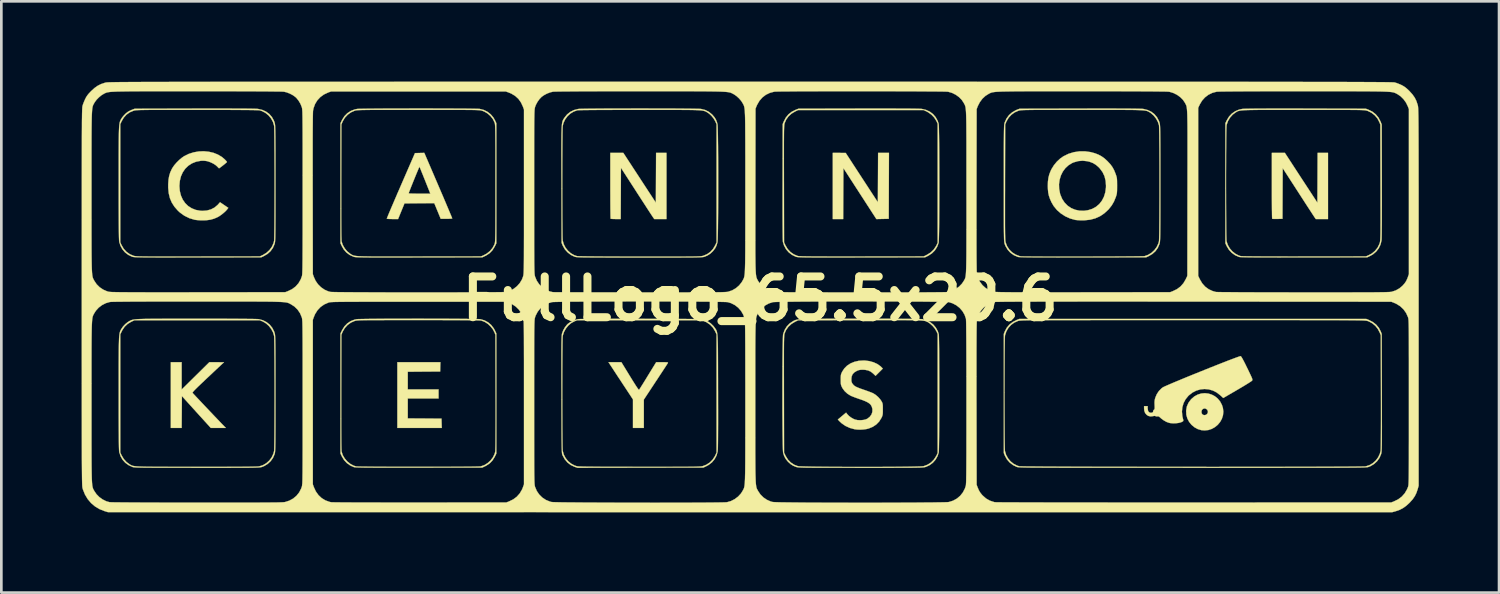
<source format=kicad_pcb>
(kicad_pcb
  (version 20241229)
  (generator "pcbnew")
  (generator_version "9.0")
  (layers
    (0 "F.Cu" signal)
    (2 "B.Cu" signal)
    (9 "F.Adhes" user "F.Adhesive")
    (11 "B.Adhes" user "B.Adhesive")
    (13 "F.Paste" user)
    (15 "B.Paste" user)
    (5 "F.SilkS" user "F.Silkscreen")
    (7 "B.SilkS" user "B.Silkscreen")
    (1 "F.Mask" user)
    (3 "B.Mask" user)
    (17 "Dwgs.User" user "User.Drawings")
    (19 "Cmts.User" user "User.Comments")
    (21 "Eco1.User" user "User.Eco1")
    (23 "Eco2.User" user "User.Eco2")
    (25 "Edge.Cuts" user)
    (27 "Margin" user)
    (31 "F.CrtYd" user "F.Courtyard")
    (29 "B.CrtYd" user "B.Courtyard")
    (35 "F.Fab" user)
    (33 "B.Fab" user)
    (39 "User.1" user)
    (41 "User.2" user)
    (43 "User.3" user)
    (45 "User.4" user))
  (footprint "FullLogo_65.5x29.6"
    (layer "F.Cu")
    (at 25.363 8.116)
    (property "Reference" "FullLogo_65.5x29.6" (at 0 0 0) (layer "F.SilkS") (effects (font (size 1.524 1.524) (thickness 0.3))))
    (attr through_hole)
    (fp_poly (pts (xy 4.801 -2.989) (xy 4.57 -2.984) (xy 4.339 -2.979) (xy 3.107 -4.883) (xy 3.103 -3.932) (xy 3.099 -2.98) (xy 2.709 -2.98) (xy 2.709 -5.453) (xy 3.192 -5.451) (xy 3.793 -4.529) (xy 4.394 -3.607) (xy 4.403 -5.453) (xy 4.809 -5.453) (xy 4.801 -2.989)) (stroke (width 0.01) (type solid)) (fill yes) (layer "F.SilkS"))
    (fp_poly (pts (xy -11.959 2.544) (xy -11.963 2.718) (xy -12.569 2.722) (xy -13.174 2.727) (xy -13.174 3.387) (xy -12.023 3.387) (xy -12.023 3.725) (xy -13.174 3.725) (xy -13.174 4.47) (xy -12.543 4.474) (xy -11.913 4.479) (xy -11.908 4.652) (xy -11.903 4.826) (xy -13.564 4.826) (xy -13.564 2.371) (xy -11.954 2.371) (xy -11.959 2.544)) (stroke (width 0.01) (type solid)) (fill yes) (layer "F.SilkS"))
    (fp_poly (pts (xy -3.903 -3.592) (xy -3.894 -5.453) (xy -3.505 -5.453) (xy -3.505 -2.98) (xy -3.961 -2.98) (xy -4.001 -3.035) (xy -4.017 -3.059) (xy -4.05 -3.109) (xy -4.098 -3.181) (xy -4.159 -3.275) (xy -4.232 -3.387) (xy -4.314 -3.514) (xy -4.405 -3.654) (xy -4.502 -3.804) (xy -4.605 -3.962) (xy -4.624 -3.993) (xy -5.207 -4.895) (xy -5.216 -2.98) (xy -5.399 -2.98) (xy -5.475 -2.981) (xy -5.537 -2.984) (xy -5.58 -2.988) (xy -5.594 -2.992) (xy -5.595 -3.01) (xy -5.597 -3.059) (xy -5.599 -3.137) (xy -5.6 -3.241) (xy -5.602 -3.368) (xy -5.603 -3.515) (xy -5.604 -3.68) (xy -5.604 -3.86) (xy -5.605 -4.052) (xy -5.605 -4.228) (xy -5.605 -5.453) (xy -5.119 -5.453) (xy -3.903 -3.592)) (stroke (width 0.01) (type solid)) (fill yes) (layer "F.SilkS"))
    (fp_poly (pts (xy 20.212 -4.522) (xy 20.82 -3.592) (xy 20.824 -4.522) (xy 20.828 -5.453) (xy 21.217 -5.453) (xy 21.217 -2.98) (xy 20.761 -2.98) (xy 20.727 -3.027) (xy 20.712 -3.049) (xy 20.681 -3.097) (xy 20.634 -3.168) (xy 20.574 -3.261) (xy 20.502 -3.371) (xy 20.42 -3.497) (xy 20.33 -3.636) (xy 20.233 -3.786) (xy 20.131 -3.944) (xy 20.109 -3.978) (xy 19.524 -4.882) (xy 19.516 -2.989) (xy 19.329 -2.984) (xy 19.252 -2.983) (xy 19.188 -2.984) (xy 19.145 -2.987) (xy 19.13 -2.991) (xy 19.128 -3.009) (xy 19.126 -3.059) (xy 19.124 -3.137) (xy 19.123 -3.241) (xy 19.121 -3.368) (xy 19.12 -3.515) (xy 19.119 -3.68) (xy 19.118 -3.86) (xy 19.118 -4.052) (xy 19.118 -4.228) (xy 19.118 -5.453) (xy 19.605 -5.453) (xy 20.212 -4.522)) (stroke (width 0.01) (type solid)) (fill yes) (layer "F.SilkS"))
    (fp_poly (pts (xy -3.572 2.371) (xy -3.51 2.372) (xy -3.472 2.375) (xy -3.453 2.381) (xy -3.448 2.389) (xy -3.453 2.4) (xy -3.465 2.42) (xy -3.495 2.465) (xy -3.539 2.533) (xy -3.596 2.62) (xy -3.664 2.724) (xy -3.741 2.841) (xy -3.825 2.969) (xy -3.911 3.099) (xy -4.352 3.768) (xy -4.352 4.826) (xy -4.758 4.826) (xy -4.758 3.761) (xy -5.057 3.307) (xy -5.14 3.182) (xy -5.224 3.053) (xy -5.308 2.927) (xy -5.385 2.809) (xy -5.453 2.706) (xy -5.506 2.624) (xy -5.514 2.612) (xy -5.672 2.371) (xy -5.431 2.371) (xy -5.19 2.371) (xy -4.869 2.896) (xy -4.781 3.039) (xy -4.708 3.155) (xy -4.65 3.246) (xy -4.605 3.314) (xy -4.572 3.361) (xy -4.549 3.389) (xy -4.534 3.4) (xy -4.528 3.399) (xy -4.515 3.38) (xy -4.486 3.336) (xy -4.444 3.269) (xy -4.391 3.185) (xy -4.329 3.085) (xy -4.26 2.973) (xy -4.2 2.874) (xy -3.891 2.371) (xy -3.664 2.371) (xy -3.572 2.371)) (stroke (width 0.01) (type solid)) (fill yes) (layer "F.SilkS"))
    (fp_poly (pts (xy -21.624 3.391) (xy -21.107 2.881) (xy -20.59 2.371) (xy -20.316 2.371) (xy -20.041 2.372) (xy -20.11 2.435) (xy -20.137 2.46) (xy -20.185 2.505) (xy -20.253 2.568) (xy -20.336 2.646) (xy -20.432 2.736) (xy -20.537 2.836) (xy -20.649 2.941) (xy -20.707 2.995) (xy -20.836 3.118) (xy -20.943 3.219) (xy -21.028 3.301) (xy -21.095 3.367) (xy -21.145 3.418) (xy -21.18 3.456) (xy -21.202 3.483) (xy -21.213 3.502) (xy -21.216 3.515) (xy -21.213 3.52) (xy -21.197 3.538) (xy -21.161 3.577) (xy -21.107 3.635) (xy -21.038 3.709) (xy -20.956 3.795) (xy -20.866 3.891) (xy -20.769 3.994) (xy -20.668 4.1) (xy -20.567 4.207) (xy -20.467 4.312) (xy -20.372 4.412) (xy -20.285 4.503) (xy -20.208 4.584) (xy -20.144 4.651) (xy -20.096 4.7) (xy -20.093 4.703) (xy -19.974 4.826) (xy -20.536 4.826) (xy -21.076 4.231) (xy -21.615 3.636) (xy -21.624 4.826) (xy -22.03 4.826) (xy -22.03 2.371) (xy -21.624 2.371) (xy -21.624 3.391)) (stroke (width 0.01) (type solid)) (fill yes) (layer "F.SilkS"))
    (fp_poly (pts (xy 16.746 3.542) (xy 16.874 3.582) (xy 16.992 3.645) (xy 17.097 3.731) (xy 17.186 3.839) (xy 17.253 3.967) (xy 17.289 4.079) (xy 17.306 4.219) (xy 17.292 4.355) (xy 17.251 4.484) (xy 17.185 4.603) (xy 17.099 4.707) (xy 16.994 4.795) (xy 16.875 4.862) (xy 16.745 4.905) (xy 16.606 4.92) (xy 16.486 4.91) (xy 16.351 4.87) (xy 16.226 4.802) (xy 16.116 4.71) (xy 16.026 4.599) (xy 15.961 4.474) (xy 15.923 4.339) (xy 15.921 4.325) (xy 15.918 4.225) (xy 16.486 4.225) (xy 16.5 4.288) (xy 16.535 4.33) (xy 16.586 4.349) (xy 16.643 4.341) (xy 16.686 4.317) (xy 16.722 4.269) (xy 16.729 4.212) (xy 16.708 4.156) (xy 16.693 4.137) (xy 16.643 4.104) (xy 16.589 4.099) (xy 16.54 4.119) (xy 16.503 4.159) (xy 16.486 4.218) (xy 16.486 4.225) (xy 15.918 4.225) (xy 15.916 4.169) (xy 15.942 4.025) (xy 16 3.891) (xy 16.091 3.767) (xy 16.111 3.745) (xy 16.225 3.647) (xy 16.349 3.58) (xy 16.48 3.54) (xy 16.614 3.528) (xy 16.746 3.542)) (stroke (width 0.01) (type solid)) (fill yes) (layer "F.SilkS"))
    (fp_poly (pts (xy -12.033 -4.235) (xy -11.951 -4.043) (xy -11.872 -3.86) (xy -11.799 -3.688) (xy -11.732 -3.53) (xy -11.672 -3.388) (xy -11.62 -3.265) (xy -11.577 -3.162) (xy -11.544 -3.083) (xy -11.522 -3.03) (xy -11.513 -3.004) (xy -11.512 -3.002) (xy -11.529 -2.997) (xy -11.573 -2.993) (xy -11.638 -2.99) (xy -11.718 -2.989) (xy -11.729 -2.989) (xy -11.943 -2.989) (xy -12.063 -3.281) (xy -12.184 -3.573) (xy -12.74 -3.569) (xy -13.297 -3.564) (xy -13.536 -2.98) (xy -13.743 -2.98) (xy -13.824 -2.981) (xy -13.89 -2.984) (xy -13.937 -2.988) (xy -13.958 -2.993) (xy -13.958 -2.993) (xy -13.952 -3.01) (xy -13.934 -3.056) (xy -13.905 -3.128) (xy -13.865 -3.224) (xy -13.815 -3.342) (xy -13.757 -3.478) (xy -13.691 -3.632) (xy -13.619 -3.8) (xy -13.558 -3.941) (xy -13.14 -3.941) (xy -13.124 -3.938) (xy -13.079 -3.934) (xy -13.009 -3.932) (xy -12.919 -3.93) (xy -12.814 -3.929) (xy -12.736 -3.929) (xy -12.331 -3.929) (xy -12.53 -4.429) (xy -12.579 -4.551) (xy -12.624 -4.663) (xy -12.664 -4.761) (xy -12.696 -4.84) (xy -12.72 -4.898) (xy -12.734 -4.931) (xy -12.737 -4.936) (xy -12.744 -4.923) (xy -12.763 -4.883) (xy -12.789 -4.82) (xy -12.823 -4.739) (xy -12.862 -4.645) (xy -12.904 -4.542) (xy -12.948 -4.434) (xy -12.991 -4.327) (xy -13.032 -4.225) (xy -13.069 -4.131) (xy -13.1 -4.052) (xy -13.124 -3.991) (xy -13.137 -3.952) (xy -13.14 -3.941) (xy -13.558 -3.941) (xy -13.541 -3.98) (xy -13.459 -4.169) (xy -13.435 -4.225) (xy -12.905 -5.444) (xy -12.731 -5.449) (xy -12.556 -5.453) (xy -12.033 -4.235)) (stroke (width 0.01) (type solid)) (fill yes) (layer "F.SilkS"))
    (fp_poly (pts (xy -20.612 -5.496) (xy -20.434 -5.455) (xy -20.268 -5.388) (xy -20.119 -5.299) (xy -20.014 -5.209) (xy -19.972 -5.166) (xy -19.942 -5.131) (xy -19.931 -5.113) (xy -19.931 -5.113) (xy -19.943 -5.098) (xy -19.976 -5.069) (xy -20.022 -5.03) (xy -20.076 -4.987) (xy -20.13 -4.945) (xy -20.178 -4.909) (xy -20.213 -4.884) (xy -20.227 -4.877) (xy -20.242 -4.888) (xy -20.272 -4.918) (xy -20.297 -4.945) (xy -20.361 -5) (xy -20.448 -5.055) (xy -20.547 -5.102) (xy -20.648 -5.137) (xy -20.701 -5.149) (xy -20.781 -5.158) (xy -20.869 -5.159) (xy -20.912 -5.156) (xy -21.084 -5.123) (xy -21.239 -5.061) (xy -21.375 -4.973) (xy -21.49 -4.862) (xy -21.582 -4.728) (xy -21.651 -4.575) (xy -21.693 -4.404) (xy -21.708 -4.218) (xy -21.708 -4.216) (xy -21.694 -4.031) (xy -21.652 -3.861) (xy -21.585 -3.709) (xy -21.494 -3.577) (xy -21.382 -3.467) (xy -21.249 -3.382) (xy -21.099 -3.322) (xy -20.933 -3.291) (xy -20.844 -3.286) (xy -20.679 -3.299) (xy -20.528 -3.341) (xy -20.394 -3.411) (xy -20.279 -3.508) (xy -20.262 -3.527) (xy -20.19 -3.608) (xy -20.036 -3.503) (xy -19.881 -3.398) (xy -19.915 -3.351) (xy -19.967 -3.29) (xy -20.04 -3.222) (xy -20.124 -3.153) (xy -20.209 -3.093) (xy -20.27 -3.057) (xy -20.409 -2.995) (xy -20.553 -2.955) (xy -20.712 -2.934) (xy -20.843 -2.931) (xy -20.934 -2.933) (xy -21.025 -2.939) (xy -21.103 -2.948) (xy -21.144 -2.955) (xy -21.342 -3.014) (xy -21.523 -3.104) (xy -21.689 -3.223) (xy -21.767 -3.295) (xy -21.894 -3.441) (xy -21.993 -3.596) (xy -22.064 -3.763) (xy -22.108 -3.946) (xy -22.127 -4.148) (xy -22.127 -4.284) (xy -22.116 -4.449) (xy -22.091 -4.59) (xy -22.052 -4.719) (xy -21.996 -4.843) (xy -21.967 -4.894) (xy -21.902 -4.989) (xy -21.815 -5.09) (xy -21.716 -5.188) (xy -21.614 -5.273) (xy -21.531 -5.33) (xy -21.358 -5.415) (xy -21.175 -5.473) (xy -20.987 -5.506) (xy -20.798 -5.514) (xy -20.612 -5.496)) (stroke (width 0.01) (type solid)) (fill yes) (layer "F.SilkS"))
    (fp_poly (pts (xy 12.346 -5.482) (xy 12.51 -5.437) (xy 12.644 -5.384) (xy 12.759 -5.321) (xy 12.867 -5.243) (xy 12.978 -5.141) (xy 12.979 -5.139) (xy 13.08 -5.031) (xy 13.158 -4.925) (xy 13.221 -4.811) (xy 13.276 -4.676) (xy 13.282 -4.661) (xy 13.301 -4.605) (xy 13.315 -4.559) (xy 13.325 -4.515) (xy 13.33 -4.465) (xy 13.333 -4.403) (xy 13.334 -4.321) (xy 13.335 -4.225) (xy 13.334 -4.118) (xy 13.333 -4.037) (xy 13.329 -3.975) (xy 13.323 -3.926) (xy 13.313 -3.882) (xy 13.298 -3.835) (xy 13.287 -3.802) (xy 13.218 -3.633) (xy 13.133 -3.487) (xy 13.028 -3.355) (xy 13.008 -3.332) (xy 12.856 -3.193) (xy 12.694 -3.084) (xy 12.518 -3.005) (xy 12.326 -2.955) (xy 12.116 -2.933) (xy 12.028 -2.931) (xy 11.943 -2.933) (xy 11.863 -2.938) (xy 11.798 -2.944) (xy 11.77 -2.948) (xy 11.578 -3.001) (xy 11.397 -3.083) (xy 11.233 -3.189) (xy 11.088 -3.316) (xy 10.967 -3.463) (xy 10.882 -3.608) (xy 10.826 -3.735) (xy 10.786 -3.851) (xy 10.761 -3.967) (xy 10.749 -4.096) (xy 10.745 -4.216) (xy 10.747 -4.283) (xy 11.164 -4.283) (xy 11.169 -4.11) (xy 11.202 -3.935) (xy 11.215 -3.891) (xy 11.282 -3.731) (xy 11.374 -3.593) (xy 11.487 -3.479) (xy 11.618 -3.39) (xy 11.766 -3.328) (xy 11.926 -3.294) (xy 12.097 -3.289) (xy 12.247 -3.31) (xy 12.406 -3.36) (xy 12.546 -3.437) (xy 12.667 -3.539) (xy 12.766 -3.664) (xy 12.842 -3.81) (xy 12.893 -3.974) (xy 12.918 -4.154) (xy 12.92 -4.226) (xy 12.906 -4.411) (xy 12.864 -4.58) (xy 12.792 -4.732) (xy 12.691 -4.869) (xy 12.651 -4.912) (xy 12.545 -5.004) (xy 12.436 -5.071) (xy 12.312 -5.119) (xy 12.216 -5.142) (xy 12.047 -5.16) (xy 11.878 -5.145) (xy 11.713 -5.098) (xy 11.655 -5.073) (xy 11.519 -4.99) (xy 11.402 -4.882) (xy 11.307 -4.754) (xy 11.235 -4.609) (xy 11.187 -4.451) (xy 11.164 -4.283) (xy 10.747 -4.283) (xy 10.75 -4.379) (xy 10.768 -4.521) (xy 10.801 -4.651) (xy 10.852 -4.78) (xy 10.885 -4.848) (xy 10.973 -4.99) (xy 11.084 -5.125) (xy 11.211 -5.243) (xy 11.337 -5.33) (xy 11.522 -5.419) (xy 11.72 -5.479) (xy 11.927 -5.51) (xy 12.137 -5.511) (xy 12.346 -5.482)) (stroke (width 0.01) (type solid)) (fill yes) (layer "F.SilkS"))
    (fp_poly (pts (xy 3.912 2.308) (xy 4.079 2.33) (xy 4.236 2.374) (xy 4.375 2.438) (xy 4.492 2.521) (xy 4.529 2.557) (xy 4.579 2.609) (xy 4.444 2.744) (xy 4.308 2.88) (xy 4.222 2.797) (xy 4.131 2.724) (xy 4.031 2.678) (xy 3.915 2.655) (xy 3.826 2.651) (xy 3.748 2.654) (xy 3.688 2.664) (xy 3.63 2.685) (xy 3.602 2.698) (xy 3.512 2.753) (xy 3.452 2.818) (xy 3.417 2.896) (xy 3.407 2.964) (xy 3.404 3.048) (xy 3.413 3.109) (xy 3.436 3.16) (xy 3.472 3.207) (xy 3.501 3.237) (xy 3.536 3.263) (xy 3.58 3.289) (xy 3.64 3.316) (xy 3.72 3.348) (xy 3.824 3.385) (xy 3.903 3.412) (xy 3.995 3.444) (xy 4.083 3.477) (xy 4.159 3.506) (xy 4.213 3.529) (xy 4.223 3.534) (xy 4.316 3.594) (xy 4.408 3.674) (xy 4.487 3.764) (xy 4.531 3.831) (xy 4.552 3.87) (xy 4.566 3.904) (xy 4.574 3.942) (xy 4.579 3.991) (xy 4.58 4.059) (xy 4.58 4.132) (xy 4.58 4.221) (xy 4.578 4.285) (xy 4.572 4.333) (xy 4.562 4.373) (xy 4.546 4.414) (xy 4.524 4.458) (xy 4.441 4.59) (xy 4.333 4.7) (xy 4.202 4.786) (xy 4.05 4.848) (xy 3.971 4.868) (xy 3.86 4.884) (xy 3.736 4.891) (xy 3.616 4.887) (xy 3.523 4.875) (xy 3.345 4.826) (xy 3.182 4.751) (xy 3.04 4.653) (xy 2.969 4.587) (xy 2.898 4.513) (xy 3.053 4.383) (xy 3.207 4.254) (xy 3.25 4.311) (xy 3.313 4.377) (xy 3.396 4.44) (xy 3.487 4.491) (xy 3.543 4.514) (xy 3.636 4.534) (xy 3.741 4.539) (xy 3.847 4.53) (xy 3.942 4.508) (xy 4.001 4.482) (xy 4.091 4.412) (xy 4.154 4.327) (xy 4.188 4.23) (xy 4.191 4.126) (xy 4.183 4.086) (xy 4.161 4.02) (xy 4.128 3.963) (xy 4.079 3.914) (xy 4.011 3.869) (xy 3.92 3.825) (xy 3.802 3.779) (xy 3.717 3.75) (xy 3.622 3.717) (xy 3.528 3.683) (xy 3.446 3.651) (xy 3.384 3.625) (xy 3.374 3.62) (xy 3.257 3.547) (xy 3.154 3.452) (xy 3.074 3.344) (xy 3.054 3.307) (xy 3.032 3.26) (xy 3.018 3.219) (xy 3.01 3.173) (xy 3.007 3.114) (xy 3.006 3.031) (xy 3.006 3.023) (xy 3.006 2.938) (xy 3.01 2.877) (xy 3.017 2.831) (xy 3.031 2.789) (xy 3.052 2.743) (xy 3.055 2.735) (xy 3.136 2.609) (xy 3.241 2.502) (xy 3.369 2.417) (xy 3.517 2.356) (xy 3.68 2.318) (xy 3.857 2.307) (xy 3.912 2.308)) (stroke (width 0.01) (type solid)) (fill yes) (layer "F.SilkS"))
    (fp_poly (pts (xy 17.969 2.157) (xy 17.993 2.192) (xy 18.027 2.251) (xy 18.072 2.335) (xy 18.128 2.445) (xy 18.196 2.585) (xy 18.198 2.587) (xy 18.259 2.714) (xy 18.306 2.813) (xy 18.342 2.889) (xy 18.367 2.945) (xy 18.383 2.986) (xy 18.39 3.014) (xy 18.391 3.033) (xy 18.387 3.046) (xy 18.379 3.058) (xy 18.378 3.06) (xy 18.356 3.078) (xy 18.309 3.11) (xy 18.24 3.154) (xy 18.151 3.209) (xy 18.048 3.272) (xy 17.933 3.34) (xy 17.824 3.404) (xy 17.302 3.708) (xy 17.195 3.609) (xy 17.061 3.505) (xy 16.915 3.43) (xy 16.761 3.386) (xy 16.604 3.372) (xy 16.447 3.387) (xy 16.294 3.432) (xy 16.149 3.506) (xy 16.017 3.61) (xy 16 3.626) (xy 15.896 3.753) (xy 15.82 3.896) (xy 15.774 4.051) (xy 15.758 4.215) (xy 15.773 4.383) (xy 15.793 4.47) (xy 15.807 4.523) (xy 15.81 4.553) (xy 15.803 4.571) (xy 15.788 4.584) (xy 15.726 4.615) (xy 15.64 4.638) (xy 15.54 4.651) (xy 15.436 4.655) (xy 15.336 4.647) (xy 15.286 4.638) (xy 15.185 4.603) (xy 15.08 4.545) (xy 14.984 4.474) (xy 14.968 4.46) (xy 14.921 4.418) (xy 14.887 4.397) (xy 14.858 4.393) (xy 14.844 4.395) (xy 14.8 4.397) (xy 14.775 4.387) (xy 14.749 4.376) (xy 14.708 4.379) (xy 14.68 4.386) (xy 14.585 4.397) (xy 14.5 4.376) (xy 14.442 4.339) (xy 14.383 4.27) (xy 14.351 4.184) (xy 14.343 4.098) (xy 14.343 4.013) (xy 14.478 4.013) (xy 14.478 4.091) (xy 14.488 4.173) (xy 14.517 4.229) (xy 14.565 4.259) (xy 14.628 4.259) (xy 14.631 4.259) (xy 14.669 4.243) (xy 14.681 4.215) (xy 14.681 4.207) (xy 14.693 4.167) (xy 14.713 4.146) (xy 14.727 4.133) (xy 14.736 4.113) (xy 14.739 4.077) (xy 14.738 4.02) (xy 14.736 3.97) (xy 14.733 3.881) (xy 14.737 3.812) (xy 14.749 3.747) (xy 14.764 3.695) (xy 14.818 3.566) (xy 14.897 3.447) (xy 14.995 3.348) (xy 15.038 3.315) (xy 15.069 3.298) (xy 15.128 3.27) (xy 15.212 3.233) (xy 15.318 3.187) (xy 15.444 3.133) (xy 15.587 3.074) (xy 15.743 3.009) (xy 15.911 2.939) (xy 16.088 2.867) (xy 16.271 2.793) (xy 16.457 2.718) (xy 16.643 2.643) (xy 16.827 2.569) (xy 17.007 2.498) (xy 17.179 2.43) (xy 17.34 2.367) (xy 17.488 2.309) (xy 17.621 2.259) (xy 17.735 2.216) (xy 17.828 2.182) (xy 17.897 2.158) (xy 17.94 2.145) (xy 17.952 2.143) (xy 17.969 2.157)) (stroke (width 0.01) (type solid)) (fill yes) (layer "F.SilkS"))
    (fp_poly (pts (xy 4.715 -7.11) (xy 4.998 -7.109) (xy 5.247 -7.108) (xy 5.462 -7.107) (xy 5.644 -7.106) (xy 5.792 -7.104) (xy 5.906 -7.102) (xy 5.986 -7.099) (xy 6.032 -7.096) (xy 6.037 -7.096) (xy 6.194 -7.059) (xy 6.335 -6.994) (xy 6.456 -6.903) (xy 6.555 -6.788) (xy 6.63 -6.65) (xy 6.666 -6.545) (xy 6.669 -6.514) (xy 6.673 -6.452) (xy 6.676 -6.362) (xy 6.678 -6.245) (xy 6.681 -6.104) (xy 6.683 -5.942) (xy 6.685 -5.761) (xy 6.687 -5.565) (xy 6.688 -5.354) (xy 6.689 -5.132) (xy 6.69 -4.901) (xy 6.69 -4.665) (xy 6.691 -4.424) (xy 6.691 -4.183) (xy 6.69 -3.943) (xy 6.69 -3.707) (xy 6.689 -3.477) (xy 6.688 -3.257) (xy 6.686 -3.047) (xy 6.685 -2.852) (xy 6.683 -2.674) (xy 6.681 -2.514) (xy 6.678 -2.376) (xy 6.675 -2.262) (xy 6.672 -2.175) (xy 6.669 -2.116) (xy 6.666 -2.091) (xy 6.609 -1.94) (xy 6.525 -1.808) (xy 6.415 -1.698) (xy 6.282 -1.611) (xy 6.27 -1.605) (xy 6.156 -1.549) (xy 3.785 -1.546) (xy 3.454 -1.545) (xy 3.156 -1.545) (xy 2.888 -1.544) (xy 2.648 -1.544) (xy 2.436 -1.544) (xy 2.249 -1.544) (xy 2.085 -1.545) (xy 1.944 -1.545) (xy 1.822 -1.546) (xy 1.719 -1.547) (xy 1.633 -1.548) (xy 1.561 -1.55) (xy 1.503 -1.552) (xy 1.456 -1.554) (xy 1.419 -1.556) (xy 1.391 -1.559) (xy 1.368 -1.562) (xy 1.35 -1.566) (xy 1.336 -1.57) (xy 1.322 -1.575) (xy 1.322 -1.575) (xy 1.182 -1.643) (xy 1.061 -1.737) (xy 0.962 -1.853) (xy 0.889 -1.988) (xy 0.847 -2.121) (xy 0.844 -2.15) (xy 0.842 -2.205) (xy 0.839 -2.287) (xy 0.838 -2.397) (xy 0.836 -2.535) (xy 0.835 -2.703) (xy 0.834 -2.9) (xy 0.833 -3.128) (xy 0.833 -3.387) (xy 0.833 -3.678) (xy 0.833 -4.002) (xy 0.834 -4.358) (xy 0.834 -4.369) (xy 0.836 -5.463) (xy 0.883 -5.463) (xy 0.883 -5.247) (xy 0.883 -5.003) (xy 0.884 -4.729) (xy 0.884 -4.424) (xy 0.885 -4.283) (xy 0.889 -2.108) (xy 0.943 -1.994) (xy 1.024 -1.86) (xy 1.129 -1.747) (xy 1.253 -1.661) (xy 1.393 -1.602) (xy 1.404 -1.599) (xy 1.421 -1.596) (xy 1.452 -1.593) (xy 1.496 -1.591) (xy 1.555 -1.588) (xy 1.632 -1.586) (xy 1.727 -1.585) (xy 1.842 -1.583) (xy 1.978 -1.582) (xy 2.137 -1.581) (xy 2.32 -1.581) (xy 2.529 -1.58) (xy 2.766 -1.58) (xy 3.031 -1.58) (xy 3.327 -1.58) (xy 3.654 -1.58) (xy 3.794 -1.58) (xy 6.106 -1.583) (xy 6.235 -1.647) (xy 6.369 -1.732) (xy 6.483 -1.842) (xy 6.571 -1.973) (xy 6.582 -1.994) (xy 6.629 -2.091) (xy 6.629 -6.545) (xy 6.575 -6.657) (xy 6.498 -6.776) (xy 6.396 -6.882) (xy 6.274 -6.969) (xy 6.219 -6.999) (xy 6.104 -7.053) (xy 1.414 -7.053) (xy 1.301 -6.999) (xy 1.166 -6.918) (xy 1.054 -6.816) (xy 0.967 -6.695) (xy 0.909 -6.56) (xy 0.907 -6.552) (xy 0.903 -6.536) (xy 0.9 -6.515) (xy 0.896 -6.487) (xy 0.894 -6.451) (xy 0.891 -6.406) (xy 0.889 -6.348) (xy 0.887 -6.276) (xy 0.886 -6.19) (xy 0.885 -6.086) (xy 0.884 -5.963) (xy 0.883 -5.819) (xy 0.883 -5.653) (xy 0.883 -5.463) (xy 0.836 -5.463) (xy 0.838 -6.528) (xy 0.877 -6.623) (xy 0.953 -6.769) (xy 1.053 -6.892) (xy 1.177 -6.99) (xy 1.324 -7.063) (xy 1.329 -7.065) (xy 1.431 -7.104) (xy 3.666 -7.109) (xy 4.049 -7.109) (xy 4.399 -7.11) (xy 4.715 -7.11)) (stroke (width 0.01) (type solid)) (fill yes) (layer "F.SilkS"))
    (fp_poly (pts (xy -12.676 0.744) (xy -12.431 0.745) (xy -12.189 0.745) (xy -11.953 0.746) (xy -11.725 0.746) (xy -11.508 0.748) (xy -11.304 0.749) (xy -11.117 0.75) (xy -10.947 0.752) (xy -10.799 0.754) (xy -10.673 0.756) (xy -10.573 0.758) (xy -10.502 0.76) (xy -10.461 0.763) (xy -10.455 0.764) (xy -10.304 0.808) (xy -10.17 0.881) (xy -10.054 0.982) (xy -9.959 1.106) (xy -9.927 1.165) (xy -9.864 1.294) (xy -9.864 5.784) (xy -9.927 5.914) (xy -10.01 6.045) (xy -10.115 6.153) (xy -10.246 6.239) (xy -10.279 6.255) (xy -10.389 6.308) (xy -12.751 6.311) (xy -13.095 6.311) (xy -13.406 6.312) (xy -13.687 6.312) (xy -13.938 6.311) (xy -14.161 6.311) (xy -14.357 6.311) (xy -14.528 6.31) (xy -14.676 6.309) (xy -14.802 6.308) (xy -14.907 6.306) (xy -14.993 6.304) (xy -15.06 6.302) (xy -15.112 6.3) (xy -15.149 6.297) (xy -15.172 6.294) (xy -15.181 6.293) (xy -15.324 6.23) (xy -15.451 6.139) (xy -15.557 6.025) (xy -15.634 5.897) (xy -15.689 5.783) (xy -15.689 4.189) (xy -15.66 4.189) (xy -15.66 4.49) (xy -15.66 4.757) (xy -15.659 4.99) (xy -15.658 5.191) (xy -15.657 5.359) (xy -15.655 5.495) (xy -15.653 5.598) (xy -15.65 5.669) (xy -15.647 5.708) (xy -15.646 5.713) (xy -15.602 5.845) (xy -15.529 5.968) (xy -15.434 6.078) (xy -15.321 6.17) (xy -15.196 6.236) (xy -15.109 6.264) (xy -15.082 6.266) (xy -15.025 6.268) (xy -14.938 6.27) (xy -14.824 6.272) (xy -14.687 6.273) (xy -14.528 6.275) (xy -14.349 6.276) (xy -14.154 6.277) (xy -13.944 6.278) (xy -13.722 6.279) (xy -13.491 6.279) (xy -13.252 6.28) (xy -13.009 6.28) (xy -12.763 6.28) (xy -12.518 6.28) (xy -12.275 6.28) (xy -12.038 6.28) (xy -11.807 6.279) (xy -11.587 6.278) (xy -11.379 6.277) (xy -11.185 6.276) (xy -11.009 6.275) (xy -10.853 6.274) (xy -10.718 6.272) (xy -10.608 6.27) (xy -10.525 6.268) (xy -10.471 6.266) (xy -10.45 6.264) (xy -10.315 6.217) (xy -10.191 6.142) (xy -10.082 6.043) (xy -9.993 5.928) (xy -9.93 5.799) (xy -9.906 5.715) (xy -9.903 5.684) (xy -9.901 5.623) (xy -9.898 5.53) (xy -9.896 5.406) (xy -9.895 5.25) (xy -9.894 5.062) (xy -9.893 4.841) (xy -9.892 4.588) (xy -9.892 4.302) (xy -9.892 3.983) (xy -9.893 3.63) (xy -9.893 3.488) (xy -9.898 1.346) (xy -9.936 1.252) (xy -9.997 1.137) (xy -10.083 1.03) (xy -10.184 0.937) (xy -10.296 0.865) (xy -10.412 0.819) (xy -10.433 0.814) (xy -10.462 0.811) (xy -10.522 0.808) (xy -10.611 0.806) (xy -10.731 0.804) (xy -10.883 0.802) (xy -11.065 0.8) (xy -11.279 0.799) (xy -11.526 0.798) (xy -11.805 0.797) (xy -12.116 0.796) (xy -12.461 0.796) (xy -12.784 0.796) (xy -13.107 0.796) (xy -13.398 0.796) (xy -13.658 0.796) (xy -13.89 0.796) (xy -14.096 0.797) (xy -14.276 0.797) (xy -14.433 0.798) (xy -14.568 0.798) (xy -14.684 0.799) (xy -14.782 0.801) (xy -14.864 0.802) (xy -14.931 0.804) (xy -14.986 0.806) (xy -15.03 0.809) (xy -15.065 0.811) (xy -15.093 0.815) (xy -15.115 0.818) (xy -15.133 0.822) (xy -15.15 0.827) (xy -15.158 0.829) (xy -15.298 0.89) (xy -15.422 0.979) (xy -15.525 1.092) (xy -15.605 1.226) (xy -15.618 1.256) (xy -15.655 1.346) (xy -15.66 3.488) (xy -15.66 3.856) (xy -15.66 4.189) (xy -15.689 4.189) (xy -15.689 1.294) (xy -15.625 1.165) (xy -15.541 1.031) (xy -15.434 0.92) (xy -15.308 0.836) (xy -15.164 0.78) (xy -15.086 0.763) (xy -15.053 0.76) (xy -14.988 0.758) (xy -14.895 0.756) (xy -14.775 0.754) (xy -14.631 0.752) (xy -14.466 0.75) (xy -14.283 0.749) (xy -14.082 0.747) (xy -13.868 0.746) (xy -13.643 0.746) (xy -13.408 0.745) (xy -13.168 0.745) (xy -12.923 0.744) (xy -12.676 0.744)) (stroke (width 0.01) (type solid)) (fill yes) (layer "F.SilkS"))
    (fp_poly (pts (xy 19.889 -7.109) (xy 20.262 -7.109) (xy 20.379 -7.108) (xy 22.631 -7.103) (xy 22.728 -7.066) (xy 22.876 -6.993) (xy 23.001 -6.894) (xy 23.103 -6.772) (xy 23.179 -6.627) (xy 23.187 -6.609) (xy 23.224 -6.511) (xy 23.229 -4.404) (xy 23.229 -4.08) (xy 23.23 -3.778) (xy 23.23 -3.497) (xy 23.229 -3.24) (xy 23.229 -3.008) (xy 23.228 -2.802) (xy 23.226 -2.623) (xy 23.225 -2.472) (xy 23.223 -2.35) (xy 23.221 -2.259) (xy 23.219 -2.2) (xy 23.217 -2.178) (xy 23.179 -2.025) (xy 23.112 -1.885) (xy 23.018 -1.764) (xy 22.9 -1.663) (xy 22.796 -1.603) (xy 22.682 -1.549) (xy 20.32 -1.546) (xy 19.976 -1.546) (xy 19.665 -1.546) (xy 19.384 -1.545) (xy 19.133 -1.546) (xy 18.91 -1.546) (xy 18.714 -1.546) (xy 18.542 -1.547) (xy 18.395 -1.548) (xy 18.269 -1.549) (xy 18.164 -1.551) (xy 18.078 -1.553) (xy 18.01 -1.555) (xy 17.959 -1.557) (xy 17.922 -1.56) (xy 17.898 -1.563) (xy 17.89 -1.565) (xy 17.746 -1.628) (xy 17.62 -1.718) (xy 17.514 -1.832) (xy 17.436 -1.96) (xy 17.382 -2.074) (xy 17.382 -4.377) (xy 17.406 -4.377) (xy 17.406 -4.138) (xy 17.407 -3.902) (xy 17.407 -3.67) (xy 17.408 -3.445) (xy 17.409 -3.229) (xy 17.41 -3.026) (xy 17.412 -2.837) (xy 17.413 -2.666) (xy 17.415 -2.515) (xy 17.417 -2.386) (xy 17.42 -2.281) (xy 17.422 -2.205) (xy 17.425 -2.158) (xy 17.427 -2.147) (xy 17.472 -2.011) (xy 17.544 -1.886) (xy 17.64 -1.775) (xy 17.754 -1.684) (xy 17.88 -1.618) (xy 17.96 -1.593) (xy 17.986 -1.591) (xy 18.043 -1.59) (xy 18.132 -1.588) (xy 18.25 -1.586) (xy 18.395 -1.585) (xy 18.566 -1.584) (xy 18.762 -1.582) (xy 18.98 -1.582) (xy 19.219 -1.581) (xy 19.479 -1.581) (xy 19.756 -1.58) (xy 20.049 -1.58) (xy 20.328 -1.581) (xy 22.631 -1.583) (xy 22.72 -1.62) (xy 22.855 -1.692) (xy 22.972 -1.79) (xy 23.067 -1.907) (xy 23.134 -2.04) (xy 23.149 -2.082) (xy 23.154 -2.099) (xy 23.158 -2.117) (xy 23.162 -2.137) (xy 23.165 -2.162) (xy 23.168 -2.193) (xy 23.171 -2.233) (xy 23.173 -2.282) (xy 23.175 -2.343) (xy 23.177 -2.418) (xy 23.178 -2.508) (xy 23.179 -2.616) (xy 23.179 -2.743) (xy 23.18 -2.89) (xy 23.18 -3.061) (xy 23.18 -3.255) (xy 23.179 -3.477) (xy 23.179 -3.726) (xy 23.179 -4.006) (xy 23.178 -4.317) (xy 23.178 -4.352) (xy 23.173 -6.511) (xy 23.135 -6.604) (xy 23.063 -6.74) (xy 22.964 -6.856) (xy 22.845 -6.95) (xy 22.709 -7.017) (xy 22.677 -7.028) (xy 22.661 -7.032) (xy 22.644 -7.037) (xy 22.624 -7.041) (xy 22.599 -7.044) (xy 22.568 -7.047) (xy 22.529 -7.05) (xy 22.48 -7.052) (xy 22.419 -7.054) (xy 22.345 -7.056) (xy 22.256 -7.057) (xy 22.149 -7.058) (xy 22.024 -7.059) (xy 21.878 -7.06) (xy 21.71 -7.06) (xy 21.518 -7.061) (xy 21.3 -7.061) (xy 21.054 -7.061) (xy 20.779 -7.061) (xy 20.473 -7.061) (xy 20.305 -7.061) (xy 19.974 -7.061) (xy 19.676 -7.061) (xy 19.408 -7.061) (xy 19.168 -7.061) (xy 18.956 -7.06) (xy 18.768 -7.06) (xy 18.604 -7.059) (xy 18.461 -7.057) (xy 18.338 -7.055) (xy 18.234 -7.053) (xy 18.145 -7.05) (xy 18.072 -7.046) (xy 18.011 -7.041) (xy 17.961 -7.036) (xy 17.921 -7.03) (xy 17.888 -7.023) (xy 17.861 -7.015) (xy 17.838 -7.006) (xy 17.817 -6.995) (xy 17.797 -6.984) (xy 17.776 -6.971) (xy 17.769 -6.967) (xy 17.656 -6.883) (xy 17.558 -6.773) (xy 17.482 -6.647) (xy 17.432 -6.512) (xy 17.427 -6.489) (xy 17.424 -6.458) (xy 17.421 -6.396) (xy 17.418 -6.305) (xy 17.416 -6.188) (xy 17.414 -6.047) (xy 17.412 -5.885) (xy 17.411 -5.705) (xy 17.409 -5.508) (xy 17.408 -5.299) (xy 17.408 -5.078) (xy 17.407 -4.849) (xy 17.406 -4.614) (xy 17.406 -4.377) (xy 17.382 -4.377) (xy 17.382 -6.562) (xy 17.435 -6.672) (xy 17.518 -6.809) (xy 17.624 -6.922) (xy 17.752 -7.01) (xy 17.897 -7.071) (xy 18.009 -7.095) (xy 18.046 -7.098) (xy 18.117 -7.101) (xy 18.221 -7.103) (xy 18.359 -7.105) (xy 18.53 -7.107) (xy 18.735 -7.108) (xy 18.973 -7.109) (xy 19.244 -7.109) (xy 19.55 -7.109) (xy 19.889 -7.109)) (stroke (width 0.01) (type solid)) (fill yes) (layer "F.SilkS"))
    (fp_poly (pts (xy -12.428 -7.112) (xy -12.187 -7.111) (xy -11.953 -7.111) (xy -11.726 -7.11) (xy -11.511 -7.109) (xy -11.309 -7.108) (xy -11.123 -7.107) (xy -10.956 -7.106) (xy -10.81 -7.104) (xy -10.687 -7.102) (xy -10.59 -7.1) (xy -10.522 -7.098) (xy -10.484 -7.096) (xy -10.482 -7.095) (xy -10.333 -7.057) (xy -10.197 -6.99) (xy -10.076 -6.895) (xy -9.977 -6.778) (xy -9.918 -6.676) (xy -9.864 -6.562) (xy -9.864 -2.073) (xy -9.927 -1.945) (xy -10.01 -1.812) (xy -10.115 -1.703) (xy -10.245 -1.618) (xy -10.275 -1.603) (xy -10.389 -1.549) (xy -12.751 -1.546) (xy -13.082 -1.545) (xy -13.381 -1.545) (xy -13.649 -1.544) (xy -13.889 -1.544) (xy -14.102 -1.544) (xy -14.289 -1.544) (xy -14.453 -1.545) (xy -14.595 -1.545) (xy -14.716 -1.546) (xy -14.82 -1.547) (xy -14.906 -1.549) (xy -14.977 -1.55) (xy -15.035 -1.552) (xy -15.081 -1.554) (xy -15.118 -1.557) (xy -15.146 -1.56) (xy -15.167 -1.563) (xy -15.184 -1.567) (xy -15.197 -1.571) (xy -15.198 -1.571) (xy -15.345 -1.638) (xy -15.468 -1.73) (xy -15.569 -1.846) (xy -15.635 -1.961) (xy -15.689 -2.074) (xy -15.689 -3.665) (xy -15.66 -3.665) (xy -15.66 -3.363) (xy -15.66 -3.094) (xy -15.659 -2.858) (xy -15.658 -2.656) (xy -15.657 -2.486) (xy -15.655 -2.351) (xy -15.652 -2.249) (xy -15.65 -2.181) (xy -15.647 -2.146) (xy -15.647 -2.145) (xy -15.603 -2.013) (xy -15.531 -1.887) (xy -15.438 -1.775) (xy -15.329 -1.686) (xy -15.303 -1.669) (xy -15.281 -1.656) (xy -15.261 -1.645) (xy -15.242 -1.634) (xy -15.22 -1.625) (xy -15.196 -1.617) (xy -15.166 -1.61) (xy -15.129 -1.603) (xy -15.083 -1.598) (xy -15.027 -1.593) (xy -14.959 -1.589) (xy -14.877 -1.586) (xy -14.78 -1.584) (xy -14.665 -1.582) (xy -14.531 -1.58) (xy -14.376 -1.579) (xy -14.198 -1.579) (xy -13.997 -1.579) (xy -13.769 -1.579) (xy -13.513 -1.579) (xy -13.228 -1.579) (xy -12.912 -1.58) (xy -12.742 -1.58) (xy -10.439 -1.583) (xy -10.351 -1.62) (xy -10.22 -1.69) (xy -10.104 -1.784) (xy -10.009 -1.897) (xy -9.94 -2.023) (xy -9.928 -2.055) (xy -9.924 -2.069) (xy -9.92 -2.086) (xy -9.916 -2.107) (xy -9.913 -2.134) (xy -9.91 -2.169) (xy -9.908 -2.215) (xy -9.906 -2.271) (xy -9.904 -2.341) (xy -9.902 -2.427) (xy -9.901 -2.529) (xy -9.9 -2.65) (xy -9.899 -2.791) (xy -9.899 -2.955) (xy -9.898 -3.143) (xy -9.898 -3.356) (xy -9.898 -3.598) (xy -9.898 -3.869) (xy -9.898 -4.171) (xy -9.898 -4.318) (xy -9.898 -4.635) (xy -9.898 -4.92) (xy -9.898 -5.174) (xy -9.898 -5.4) (xy -9.898 -5.6) (xy -9.899 -5.774) (xy -9.9 -5.925) (xy -9.901 -6.055) (xy -9.902 -6.166) (xy -9.903 -6.258) (xy -9.905 -6.335) (xy -9.907 -6.397) (xy -9.909 -6.448) (xy -9.912 -6.487) (xy -9.915 -6.518) (xy -9.918 -6.542) (xy -9.922 -6.56) (xy -9.926 -6.575) (xy -9.928 -6.581) (xy -9.99 -6.709) (xy -10.079 -6.825) (xy -10.189 -6.923) (xy -10.314 -6.997) (xy -10.394 -7.028) (xy -10.41 -7.032) (xy -10.427 -7.037) (xy -10.447 -7.041) (xy -10.471 -7.044) (xy -10.502 -7.047) (xy -10.541 -7.05) (xy -10.59 -7.052) (xy -10.65 -7.054) (xy -10.724 -7.056) (xy -10.813 -7.057) (xy -10.919 -7.058) (xy -11.043 -7.059) (xy -11.188 -7.06) (xy -11.355 -7.06) (xy -11.547 -7.061) (xy -11.764 -7.061) (xy -12.008 -7.061) (xy -12.282 -7.061) (xy -12.587 -7.061) (xy -12.776 -7.061) (xy -13.1 -7.061) (xy -13.391 -7.061) (xy -13.652 -7.061) (xy -13.885 -7.061) (xy -14.091 -7.061) (xy -14.271 -7.06) (xy -14.429 -7.059) (xy -14.565 -7.059) (xy -14.681 -7.058) (xy -14.78 -7.056) (xy -14.862 -7.055) (xy -14.93 -7.053) (xy -14.985 -7.051) (xy -15.029 -7.049) (xy -15.064 -7.046) (xy -15.092 -7.043) (xy -15.115 -7.039) (xy -15.133 -7.035) (xy -15.15 -7.03) (xy -15.159 -7.028) (xy -15.295 -6.968) (xy -15.417 -6.881) (xy -15.521 -6.77) (xy -15.601 -6.639) (xy -15.619 -6.599) (xy -15.655 -6.511) (xy -15.66 -4.369) (xy -15.66 -4) (xy -15.66 -3.665) (xy -15.689 -3.665) (xy -15.689 -6.563) (xy -15.626 -6.691) (xy -15.542 -6.824) (xy -15.434 -6.934) (xy -15.306 -7.018) (xy -15.16 -7.075) (xy -15.071 -7.094) (xy -15.038 -7.097) (xy -14.975 -7.099) (xy -14.882 -7.101) (xy -14.764 -7.103) (xy -14.621 -7.105) (xy -14.457 -7.106) (xy -14.274 -7.107) (xy -14.074 -7.109) (xy -13.861 -7.11) (xy -13.636 -7.11) (xy -13.402 -7.111) (xy -13.162 -7.111) (xy -12.918 -7.112) (xy -12.673 -7.112) (xy -12.428 -7.112)) (stroke (width 0.01) (type solid)) (fill yes) (layer "F.SilkS"))
    (fp_poly (pts (xy -4.795 0.748) (xy -4.455 0.749) (xy -4.437 0.749) (xy -4.113 0.75) (xy -3.822 0.75) (xy -3.561 0.751) (xy -3.328 0.752) (xy -3.123 0.752) (xy -2.942 0.753) (xy -2.785 0.754) (xy -2.65 0.756) (xy -2.534 0.757) (xy -2.436 0.758) (xy -2.355 0.76) (xy -2.288 0.762) (xy -2.235 0.764) (xy -2.192 0.767) (xy -2.158 0.77) (xy -2.133 0.773) (xy -2.112 0.777) (xy -2.097 0.781) (xy -2.087 0.784) (xy -1.965 0.84) (xy -1.85 0.92) (xy -1.752 1.016) (xy -1.716 1.064) (xy -1.697 1.09) (xy -1.68 1.114) (xy -1.664 1.136) (xy -1.651 1.158) (xy -1.639 1.182) (xy -1.628 1.21) (xy -1.619 1.244) (xy -1.611 1.285) (xy -1.604 1.336) (xy -1.599 1.397) (xy -1.594 1.472) (xy -1.591 1.562) (xy -1.588 1.668) (xy -1.585 1.793) (xy -1.583 1.938) (xy -1.582 2.105) (xy -1.581 2.297) (xy -1.58 2.514) (xy -1.58 2.758) (xy -1.579 3.033) (xy -1.579 3.338) (xy -1.578 3.471) (xy -1.578 3.824) (xy -1.577 4.143) (xy -1.577 4.43) (xy -1.577 4.686) (xy -1.578 4.911) (xy -1.579 5.107) (xy -1.58 5.274) (xy -1.582 5.412) (xy -1.584 5.524) (xy -1.586 5.609) (xy -1.589 5.668) (xy -1.592 5.703) (xy -1.592 5.707) (xy -1.634 5.857) (xy -1.706 5.993) (xy -1.804 6.111) (xy -1.927 6.207) (xy -2.011 6.253) (xy -2.125 6.308) (xy -6.833 6.316) (xy -6.945 6.277) (xy -7.084 6.212) (xy -7.205 6.119) (xy -7.307 5.999) (xy -7.387 5.854) (xy -7.393 5.842) (xy -7.398 5.83) (xy -7.402 5.816) (xy -7.406 5.799) (xy -7.409 5.776) (xy -7.412 5.746) (xy -7.415 5.707) (xy -7.417 5.657) (xy -7.419 5.594) (xy -7.421 5.517) (xy -7.422 5.425) (xy -7.424 5.314) (xy -7.425 5.183) (xy -7.426 5.031) (xy -7.427 4.856) (xy -7.427 4.656) (xy -7.428 4.429) (xy -7.429 4.173) (xy -7.43 3.887) (xy -7.43 3.581) (xy -7.43 3.513) (xy -7.4 3.513) (xy -7.4 3.75) (xy -7.4 3.984) (xy -7.399 4.214) (xy -7.398 4.436) (xy -7.398 4.649) (xy -7.397 4.848) (xy -7.395 5.033) (xy -7.394 5.199) (xy -7.392 5.345) (xy -7.391 5.468) (xy -7.389 5.566) (xy -7.386 5.635) (xy -7.384 5.674) (xy -7.384 5.678) (xy -7.344 5.821) (xy -7.275 5.952) (xy -7.183 6.067) (xy -7.069 6.161) (xy -6.94 6.23) (xy -6.85 6.259) (xy -6.828 6.262) (xy -6.791 6.265) (xy -6.736 6.267) (xy -6.662 6.27) (xy -6.567 6.272) (xy -6.452 6.274) (xy -6.313 6.275) (xy -6.15 6.276) (xy -5.961 6.278) (xy -5.746 6.279) (xy -5.502 6.279) (xy -5.228 6.28) (xy -4.924 6.28) (xy -4.587 6.281) (xy -4.512 6.281) (xy -4.186 6.281) (xy -3.892 6.281) (xy -3.629 6.281) (xy -3.394 6.281) (xy -3.186 6.28) (xy -3.004 6.28) (xy -2.844 6.279) (xy -2.707 6.278) (xy -2.59 6.277) (xy -2.491 6.276) (xy -2.408 6.274) (xy -2.341 6.272) (xy -2.286 6.27) (xy -2.243 6.267) (xy -2.209 6.264) (xy -2.184 6.261) (xy -2.164 6.257) (xy -2.158 6.256) (xy -2.017 6.202) (xy -1.89 6.12) (xy -1.783 6.013) (xy -1.699 5.885) (xy -1.688 5.863) (xy -1.634 5.749) (xy -1.634 1.329) (xy -1.688 1.215) (xy -1.769 1.08) (xy -1.873 0.97) (xy -2.001 0.882) (xy -2.03 0.867) (xy -2.157 0.804) (xy -6.85 0.804) (xy -6.948 0.844) (xy -7.065 0.908) (xy -7.172 0.999) (xy -7.263 1.11) (xy -7.333 1.235) (xy -7.377 1.366) (xy -7.383 1.397) (xy -7.385 1.429) (xy -7.388 1.492) (xy -7.39 1.584) (xy -7.392 1.702) (xy -7.393 1.844) (xy -7.395 2.006) (xy -7.396 2.187) (xy -7.397 2.383) (xy -7.398 2.593) (xy -7.399 2.814) (xy -7.399 3.042) (xy -7.4 3.276) (xy -7.4 3.513) (xy -7.43 3.513) (xy -7.431 3.263) (xy -7.432 2.976) (xy -7.432 2.719) (xy -7.432 2.491) (xy -7.432 2.29) (xy -7.432 2.114) (xy -7.432 1.96) (xy -7.431 1.828) (xy -7.43 1.716) (xy -7.429 1.621) (xy -7.427 1.543) (xy -7.425 1.478) (xy -7.423 1.426) (xy -7.421 1.384) (xy -7.418 1.352) (xy -7.414 1.326) (xy -7.411 1.305) (xy -7.407 1.291) (xy -7.366 1.181) (xy -7.304 1.071) (xy -7.229 0.974) (xy -7.188 0.933) (xy -7.099 0.87) (xy -6.99 0.816) (xy -6.875 0.776) (xy -6.804 0.761) (xy -6.771 0.758) (xy -6.705 0.756) (xy -6.606 0.754) (xy -6.477 0.752) (xy -6.319 0.751) (xy -6.131 0.75) (xy -5.915 0.749) (xy -5.673 0.748) (xy -5.405 0.748) (xy -5.112 0.748) (xy -4.795 0.748)) (stroke (width 0.01) (type solid)) (fill yes) (layer "F.SilkS"))
    (fp_poly (pts (xy -20.092 -7.11) (xy -19.809 -7.109) (xy -19.56 -7.108) (xy -19.345 -7.107) (xy -19.164 -7.106) (xy -19.016 -7.104) (xy -18.902 -7.102) (xy -18.822 -7.099) (xy -18.776 -7.096) (xy -18.772 -7.096) (xy -18.613 -7.059) (xy -18.471 -6.996) (xy -18.35 -6.907) (xy -18.252 -6.794) (xy -18.178 -6.66) (xy -18.152 -6.59) (xy -18.147 -6.573) (xy -18.143 -6.556) (xy -18.139 -6.535) (xy -18.136 -6.51) (xy -18.132 -6.478) (xy -18.13 -6.439) (xy -18.128 -6.388) (xy -18.126 -6.326) (xy -18.124 -6.25) (xy -18.123 -6.159) (xy -18.121 -6.05) (xy -18.121 -5.922) (xy -18.12 -5.773) (xy -18.119 -5.601) (xy -18.119 -5.404) (xy -18.119 -5.181) (xy -18.119 -4.929) (xy -18.119 -4.647) (xy -18.119 -4.333) (xy -18.119 -4.318) (xy -18.119 -4.003) (xy -18.119 -3.72) (xy -18.119 -3.467) (xy -18.119 -3.242) (xy -18.119 -3.044) (xy -18.12 -2.871) (xy -18.121 -2.721) (xy -18.121 -2.591) (xy -18.123 -2.482) (xy -18.124 -2.389) (xy -18.125 -2.313) (xy -18.127 -2.25) (xy -18.13 -2.2) (xy -18.132 -2.159) (xy -18.135 -2.127) (xy -18.139 -2.102) (xy -18.143 -2.081) (xy -18.147 -2.064) (xy -18.152 -2.047) (xy -18.152 -2.046) (xy -18.214 -1.902) (xy -18.303 -1.778) (xy -18.418 -1.675) (xy -18.552 -1.596) (xy -18.652 -1.549) (xy -21.023 -1.546) (xy -21.354 -1.546) (xy -21.653 -1.546) (xy -21.922 -1.545) (xy -22.161 -1.545) (xy -22.374 -1.545) (xy -22.562 -1.545) (xy -22.726 -1.546) (xy -22.868 -1.546) (xy -22.99 -1.547) (xy -23.093 -1.548) (xy -23.18 -1.55) (xy -23.251 -1.551) (xy -23.309 -1.553) (xy -23.356 -1.555) (xy -23.393 -1.558) (xy -23.421 -1.561) (xy -23.443 -1.564) (xy -23.46 -1.568) (xy -23.474 -1.572) (xy -23.479 -1.574) (xy -23.621 -1.642) (xy -23.742 -1.735) (xy -23.841 -1.852) (xy -23.914 -1.987) (xy -23.959 -2.139) (xy -23.959 -2.143) (xy -23.962 -2.175) (xy -23.965 -2.238) (xy -23.968 -2.331) (xy -23.97 -2.454) (xy -23.972 -2.609) (xy -23.974 -2.795) (xy -23.975 -3.013) (xy -23.976 -3.263) (xy -23.977 -3.546) (xy -23.977 -3.861) (xy -23.977 -4.21) (xy -23.977 -4.325) (xy -23.977 -4.644) (xy -23.977 -4.931) (xy -23.977 -5.187) (xy -23.977 -5.416) (xy -23.976 -5.617) (xy -23.975 -5.794) (xy -23.974 -5.948) (xy -23.972 -6.081) (xy -23.97 -6.195) (xy -23.967 -6.292) (xy -23.963 -6.373) (xy -23.959 -6.44) (xy -23.954 -6.496) (xy -23.95 -6.528) (xy -23.918 -6.528) (xy -23.918 -2.108) (xy -23.871 -2.008) (xy -23.789 -1.869) (xy -23.684 -1.754) (xy -23.558 -1.665) (xy -23.425 -1.608) (xy -23.41 -1.604) (xy -23.393 -1.6) (xy -23.373 -1.596) (xy -23.347 -1.593) (xy -23.315 -1.59) (xy -23.273 -1.587) (xy -23.222 -1.585) (xy -23.158 -1.584) (xy -23.08 -1.582) (xy -22.986 -1.581) (xy -22.875 -1.58) (xy -22.745 -1.579) (xy -22.593 -1.579) (xy -22.419 -1.579) (xy -22.221 -1.579) (xy -21.996 -1.579) (xy -21.743 -1.579) (xy -21.461 -1.579) (xy -21.147 -1.58) (xy -21.014 -1.58) (xy -18.703 -1.583) (xy -18.588 -1.637) (xy -18.456 -1.718) (xy -18.343 -1.821) (xy -18.254 -1.942) (xy -18.192 -2.078) (xy -18.17 -2.166) (xy -18.167 -2.196) (xy -18.165 -2.258) (xy -18.163 -2.349) (xy -18.161 -2.466) (xy -18.159 -2.606) (xy -18.157 -2.768) (xy -18.156 -2.947) (xy -18.155 -3.143) (xy -18.154 -3.352) (xy -18.153 -3.572) (xy -18.153 -3.8) (xy -18.152 -4.034) (xy -18.152 -4.271) (xy -18.152 -4.508) (xy -18.152 -4.743) (xy -18.153 -4.974) (xy -18.154 -5.197) (xy -18.154 -5.411) (xy -18.156 -5.612) (xy -18.157 -5.799) (xy -18.158 -5.968) (xy -18.16 -6.117) (xy -18.162 -6.243) (xy -18.164 -6.344) (xy -18.166 -6.418) (xy -18.169 -6.461) (xy -18.17 -6.469) (xy -18.213 -6.611) (xy -18.284 -6.741) (xy -18.379 -6.855) (xy -18.493 -6.948) (xy -18.623 -7.015) (xy -18.713 -7.043) (xy -18.742 -7.046) (xy -18.805 -7.048) (xy -18.9 -7.051) (xy -19.028 -7.053) (xy -19.187 -7.055) (xy -19.378 -7.056) (xy -19.599 -7.058) (xy -19.851 -7.059) (xy -20.132 -7.06) (xy -20.442 -7.06) (xy -20.782 -7.061) (xy -21.051 -7.061) (xy -21.373 -7.061) (xy -21.664 -7.061) (xy -21.924 -7.061) (xy -22.156 -7.061) (xy -22.361 -7.06) (xy -22.541 -7.06) (xy -22.698 -7.059) (xy -22.833 -7.059) (xy -22.949 -7.058) (xy -23.047 -7.056) (xy -23.128 -7.055) (xy -23.196 -7.053) (xy -23.25 -7.051) (xy -23.294 -7.048) (xy -23.329 -7.046) (xy -23.357 -7.042) (xy -23.379 -7.039) (xy -23.397 -7.035) (xy -23.414 -7.03) (xy -23.422 -7.028) (xy -23.565 -6.968) (xy -23.686 -6.882) (xy -23.787 -6.77) (xy -23.865 -6.638) (xy -23.918 -6.528) (xy -23.95 -6.528) (xy -23.948 -6.541) (xy -23.942 -6.579) (xy -23.934 -6.61) (xy -23.925 -6.636) (xy -23.915 -6.66) (xy -23.904 -6.683) (xy -23.893 -6.706) (xy -23.847 -6.778) (xy -23.782 -6.856) (xy -23.71 -6.929) (xy -23.639 -6.984) (xy -23.632 -6.989) (xy -23.578 -7.019) (xy -23.51 -7.051) (xy -23.471 -7.067) (xy -23.376 -7.103) (xy -21.141 -7.109) (xy -20.758 -7.109) (xy -20.408 -7.11) (xy -20.092 -7.11)) (stroke (width 0.01) (type solid)) (fill yes) (layer "F.SilkS"))
    (fp_poly (pts (xy 4.07 0.746) (xy 4.371 0.746) (xy 4.652 0.746) (xy 4.912 0.747) (xy 5.149 0.748) (xy 5.362 0.75) (xy 5.55 0.751) (xy 5.712 0.753) (xy 5.845 0.754) (xy 5.949 0.756) (xy 6.022 0.759) (xy 6.063 0.761) (xy 6.069 0.762) (xy 6.215 0.802) (xy 6.349 0.871) (xy 6.467 0.965) (xy 6.563 1.08) (xy 6.635 1.212) (xy 6.671 1.323) (xy 6.673 1.351) (xy 6.676 1.411) (xy 6.678 1.5) (xy 6.68 1.616) (xy 6.682 1.755) (xy 6.684 1.915) (xy 6.685 2.094) (xy 6.686 2.289) (xy 6.687 2.498) (xy 6.688 2.719) (xy 6.689 2.948) (xy 6.689 3.183) (xy 6.689 3.422) (xy 6.689 3.662) (xy 6.689 3.901) (xy 6.688 4.136) (xy 6.688 4.364) (xy 6.687 4.584) (xy 6.686 4.792) (xy 6.684 4.986) (xy 6.683 5.164) (xy 6.681 5.323) (xy 6.679 5.46) (xy 6.677 5.574) (xy 6.675 5.661) (xy 6.672 5.719) (xy 6.67 5.744) (xy 6.623 5.885) (xy 6.549 6.014) (xy 6.452 6.125) (xy 6.335 6.214) (xy 6.203 6.276) (xy 6.186 6.282) (xy 6.17 6.287) (xy 6.153 6.291) (xy 6.134 6.295) (xy 6.11 6.298) (xy 6.08 6.302) (xy 6.043 6.304) (xy 5.996 6.307) (xy 5.938 6.309) (xy 5.866 6.31) (xy 5.78 6.312) (xy 5.678 6.313) (xy 5.557 6.314) (xy 5.416 6.314) (xy 5.254 6.315) (xy 5.068 6.315) (xy 4.856 6.316) (xy 4.618 6.316) (xy 4.351 6.316) (xy 4.053 6.316) (xy 3.753 6.316) (xy 3.426 6.315) (xy 3.131 6.315) (xy 2.867 6.315) (xy 2.631 6.315) (xy 2.422 6.315) (xy 2.238 6.314) (xy 2.078 6.314) (xy 1.939 6.313) (xy 1.82 6.312) (xy 1.72 6.311) (xy 1.635 6.309) (xy 1.566 6.307) (xy 1.509 6.305) (xy 1.464 6.303) (xy 1.428 6.3) (xy 1.4 6.297) (xy 1.378 6.294) (xy 1.36 6.29) (xy 1.345 6.285) (xy 1.332 6.281) (xy 1.223 6.236) (xy 1.132 6.178) (xy 1.046 6.1) (xy 1.03 6.084) (xy 0.95 5.984) (xy 0.893 5.878) (xy 0.855 5.763) (xy 0.851 5.73) (xy 0.847 5.666) (xy 0.844 5.572) (xy 0.84 5.453) (xy 0.838 5.31) (xy 0.835 5.146) (xy 0.833 4.963) (xy 0.831 4.764) (xy 0.83 4.552) (xy 0.828 4.329) (xy 0.827 4.097) (xy 0.827 3.859) (xy 0.827 3.618) (xy 0.827 3.376) (xy 0.827 3.136) (xy 0.828 2.9) (xy 0.829 2.671) (xy 0.83 2.451) (xy 0.831 2.331) (xy 0.883 2.331) (xy 0.883 2.539) (xy 0.883 2.776) (xy 0.884 3.041) (xy 0.884 3.337) (xy 0.885 3.566) (xy 0.889 5.751) (xy 0.952 5.879) (xy 1.036 6.012) (xy 1.142 6.12) (xy 1.268 6.203) (xy 1.406 6.255) (xy 1.438 6.259) (xy 1.501 6.263) (xy 1.594 6.266) (xy 1.713 6.269) (xy 1.856 6.272) (xy 2.02 6.275) (xy 2.204 6.277) (xy 2.404 6.279) (xy 2.618 6.281) (xy 2.845 6.282) (xy 3.08 6.283) (xy 3.322 6.284) (xy 3.568 6.284) (xy 3.817 6.284) (xy 4.064 6.284) (xy 4.309 6.284) (xy 4.548 6.283) (xy 4.779 6.282) (xy 5 6.281) (xy 5.207 6.279) (xy 5.399 6.277) (xy 5.574 6.275) (xy 5.728 6.272) (xy 5.859 6.269) (xy 5.965 6.266) (xy 6.044 6.262) (xy 6.092 6.258) (xy 6.104 6.256) (xy 6.25 6.201) (xy 6.38 6.118) (xy 6.489 6.008) (xy 6.575 5.876) (xy 6.582 5.863) (xy 6.629 5.766) (xy 6.629 1.312) (xy 6.584 1.216) (xy 6.523 1.114) (xy 6.441 1.016) (xy 6.346 0.93) (xy 6.302 0.9) (xy 6.28 0.885) (xy 6.26 0.872) (xy 6.241 0.86) (xy 6.22 0.85) (xy 6.197 0.841) (xy 6.168 0.833) (xy 6.134 0.825) (xy 6.091 0.819) (xy 6.038 0.814) (xy 5.974 0.81) (xy 5.897 0.806) (xy 5.804 0.803) (xy 5.694 0.801) (xy 5.566 0.8) (xy 5.418 0.799) (xy 5.248 0.798) (xy 5.054 0.798) (xy 4.834 0.798) (xy 4.587 0.798) (xy 4.311 0.799) (xy 4.005 0.799) (xy 3.724 0.8) (xy 1.414 0.804) (xy 1.301 0.858) (xy 1.165 0.94) (xy 1.051 1.045) (xy 0.963 1.169) (xy 0.908 1.296) (xy 0.904 1.311) (xy 0.9 1.33) (xy 0.897 1.355) (xy 0.894 1.388) (xy 0.892 1.431) (xy 0.889 1.485) (xy 0.888 1.552) (xy 0.886 1.634) (xy 0.885 1.733) (xy 0.884 1.85) (xy 0.883 1.988) (xy 0.883 2.147) (xy 0.883 2.331) (xy 0.831 2.331) (xy 0.832 2.243) (xy 0.834 2.049) (xy 0.836 1.873) (xy 0.839 1.716) (xy 0.842 1.581) (xy 0.845 1.47) (xy 0.848 1.387) (xy 0.852 1.333) (xy 0.855 1.316) (xy 0.911 1.163) (xy 0.992 1.031) (xy 1.098 0.921) (xy 1.216 0.842) (xy 1.24 0.828) (xy 1.263 0.816) (xy 1.286 0.805) (xy 1.311 0.796) (xy 1.34 0.787) (xy 1.375 0.78) (xy 1.417 0.773) (xy 1.467 0.767) (xy 1.529 0.762) (xy 1.603 0.758) (xy 1.692 0.755) (xy 1.797 0.752) (xy 1.919 0.75) (xy 2.062 0.749) (xy 2.226 0.747) (xy 2.413 0.747) (xy 2.625 0.746) (xy 2.864 0.746) (xy 3.132 0.746) (xy 3.43 0.745) (xy 3.751 0.745) (xy 4.07 0.746)) (stroke (width 0.01) (type solid)) (fill yes) (layer "F.SilkS"))
    (fp_poly (pts (xy -20.737 0.746) (xy -20.436 0.746) (xy -20.155 0.746) (xy -19.895 0.747) (xy -19.658 0.748) (xy -19.445 0.75) (xy -19.257 0.751) (xy -19.096 0.753) (xy -18.962 0.754) (xy -18.859 0.756) (xy -18.785 0.759) (xy -18.744 0.761) (xy -18.739 0.762) (xy -18.586 0.803) (xy -18.45 0.873) (xy -18.332 0.968) (xy -18.237 1.087) (xy -18.167 1.226) (xy -18.151 1.272) (xy -18.146 1.288) (xy -18.142 1.305) (xy -18.138 1.327) (xy -18.135 1.353) (xy -18.132 1.387) (xy -18.129 1.43) (xy -18.127 1.483) (xy -18.125 1.549) (xy -18.124 1.629) (xy -18.122 1.726) (xy -18.121 1.84) (xy -18.12 1.975) (xy -18.12 2.131) (xy -18.119 2.31) (xy -18.119 2.515) (xy -18.119 2.747) (xy -18.119 3.007) (xy -18.119 3.299) (xy -18.119 3.539) (xy -18.119 3.854) (xy -18.119 4.137) (xy -18.119 4.39) (xy -18.119 4.615) (xy -18.119 4.812) (xy -18.12 4.986) (xy -18.121 5.136) (xy -18.121 5.265) (xy -18.122 5.375) (xy -18.124 5.467) (xy -18.125 5.544) (xy -18.127 5.606) (xy -18.13 5.657) (xy -18.132 5.697) (xy -18.135 5.73) (xy -18.139 5.755) (xy -18.143 5.776) (xy -18.147 5.794) (xy -18.152 5.81) (xy -18.153 5.813) (xy -18.212 5.948) (xy -18.298 6.069) (xy -18.409 6.171) (xy -18.538 6.25) (xy -18.617 6.282) (xy -18.631 6.287) (xy -18.647 6.291) (xy -18.665 6.295) (xy -18.687 6.298) (xy -18.715 6.301) (xy -18.751 6.304) (xy -18.797 6.306) (xy -18.854 6.308) (xy -18.924 6.31) (xy -19.008 6.312) (xy -19.109 6.313) (xy -19.229 6.314) (xy -19.368 6.314) (xy -19.529 6.315) (xy -19.713 6.315) (xy -19.923 6.316) (xy -20.159 6.316) (xy -20.424 6.316) (xy -20.72 6.316) (xy -21.047 6.316) (xy -21.375 6.315) (xy -21.672 6.315) (xy -21.939 6.315) (xy -22.176 6.315) (xy -22.387 6.314) (xy -22.572 6.314) (xy -22.734 6.313) (xy -22.874 6.312) (xy -22.994 6.311) (xy -23.095 6.31) (xy -23.18 6.308) (xy -23.25 6.307) (xy -23.306 6.304) (xy -23.351 6.302) (xy -23.387 6.299) (xy -23.414 6.296) (xy -23.434 6.293) (xy -23.451 6.289) (xy -23.461 6.286) (xy -23.607 6.218) (xy -23.732 6.127) (xy -23.834 6.013) (xy -23.909 5.88) (xy -23.956 5.73) (xy -23.959 5.716) (xy -23.962 5.684) (xy -23.965 5.625) (xy -23.968 5.537) (xy -23.97 5.42) (xy -23.972 5.274) (xy -23.973 5.098) (xy -23.975 4.891) (xy -23.976 4.652) (xy -23.977 4.382) (xy -23.977 4.08) (xy -23.977 3.744) (xy -23.977 3.532) (xy -23.977 3.212) (xy -23.977 2.925) (xy -23.977 2.668) (xy -23.977 2.439) (xy -23.976 2.237) (xy -23.975 2.06) (xy -23.974 1.905) (xy -23.972 1.771) (xy -23.969 1.657) (xy -23.966 1.56) (xy -23.963 1.478) (xy -23.958 1.41) (xy -23.953 1.354) (xy -23.949 1.328) (xy -23.918 1.328) (xy -23.918 5.75) (xy -23.86 5.867) (xy -23.784 5.99) (xy -23.686 6.099) (xy -23.576 6.182) (xy -23.57 6.186) (xy -23.548 6.199) (xy -23.528 6.211) (xy -23.508 6.221) (xy -23.486 6.231) (xy -23.46 6.239) (xy -23.43 6.247) (xy -23.392 6.253) (xy -23.346 6.259) (xy -23.289 6.264) (xy -23.22 6.268) (xy -23.137 6.271) (xy -23.038 6.274) (xy -22.922 6.276) (xy -22.786 6.277) (xy -22.629 6.279) (xy -22.449 6.28) (xy -22.245 6.28) (xy -22.014 6.281) (xy -21.756 6.281) (xy -21.467 6.281) (xy -21.147 6.281) (xy -21.062 6.281) (xy -20.701 6.281) (xy -20.373 6.281) (xy -20.078 6.281) (xy -19.814 6.28) (xy -19.58 6.279) (xy -19.377 6.278) (xy -19.203 6.277) (xy -19.056 6.275) (xy -18.938 6.273) (xy -18.845 6.271) (xy -18.779 6.268) (xy -18.738 6.265) (xy -18.725 6.263) (xy -18.586 6.218) (xy -18.46 6.144) (xy -18.35 6.045) (xy -18.261 5.927) (xy -18.198 5.793) (xy -18.17 5.69) (xy -18.167 5.66) (xy -18.165 5.598) (xy -18.163 5.508) (xy -18.161 5.391) (xy -18.159 5.251) (xy -18.157 5.089) (xy -18.156 4.91) (xy -18.155 4.714) (xy -18.154 4.505) (xy -18.153 4.285) (xy -18.153 4.057) (xy -18.152 3.823) (xy -18.152 3.587) (xy -18.152 3.349) (xy -18.152 3.114) (xy -18.153 2.883) (xy -18.154 2.66) (xy -18.154 2.446) (xy -18.155 2.245) (xy -18.157 2.058) (xy -18.158 1.889) (xy -18.16 1.74) (xy -18.162 1.614) (xy -18.164 1.512) (xy -18.166 1.438) (xy -18.169 1.395) (xy -18.17 1.387) (xy -18.209 1.256) (xy -18.276 1.131) (xy -18.363 1.018) (xy -18.467 0.923) (xy -18.581 0.854) (xy -18.604 0.844) (xy -18.703 0.804) (xy -23.393 0.804) (xy -23.507 0.858) (xy -23.642 0.939) (xy -23.753 1.043) (xy -23.84 1.171) (xy -23.855 1.2) (xy -23.918 1.328) (xy -23.949 1.328) (xy -23.947 1.308) (xy -23.939 1.271) (xy -23.931 1.239) (xy -23.922 1.212) (xy -23.911 1.188) (xy -23.899 1.164) (xy -23.886 1.14) (xy -23.882 1.133) (xy -23.817 1.038) (xy -23.731 0.946) (xy -23.636 0.869) (xy -23.589 0.84) (xy -23.565 0.827) (xy -23.542 0.815) (xy -23.519 0.805) (xy -23.494 0.795) (xy -23.465 0.787) (xy -23.431 0.779) (xy -23.389 0.773) (xy -23.338 0.767) (xy -23.276 0.762) (xy -23.201 0.758) (xy -23.112 0.755) (xy -23.007 0.752) (xy -22.884 0.75) (xy -22.74 0.749) (xy -22.576 0.747) (xy -22.388 0.747) (xy -22.174 0.746) (xy -21.934 0.746) (xy -21.666 0.746) (xy -21.367 0.745) (xy -21.057 0.745) (xy -20.737 0.746)) (stroke (width 0.01) (type solid)) (fill yes) (layer "F.SilkS"))
    (fp_poly (pts (xy -4.135 -7.111) (xy -3.894 -7.111) (xy -3.659 -7.111) (xy -3.433 -7.11) (xy -3.219 -7.109) (xy -3.018 -7.108) (xy -2.834 -7.106) (xy -2.668 -7.105) (xy -2.524 -7.103) (xy -2.404 -7.101) (xy -2.31 -7.099) (xy -2.245 -7.097) (xy -2.212 -7.094) (xy -2.059 -7.056) (xy -1.923 -6.988) (xy -1.803 -6.89) (xy -1.792 -6.879) (xy -1.711 -6.784) (xy -1.655 -6.692) (xy -1.616 -6.589) (xy -1.599 -6.522) (xy -1.595 -6.486) (xy -1.592 -6.419) (xy -1.589 -6.324) (xy -1.586 -6.202) (xy -1.583 -6.057) (xy -1.581 -5.891) (xy -1.578 -5.706) (xy -1.577 -5.505) (xy -1.575 -5.292) (xy -1.574 -5.067) (xy -1.573 -4.834) (xy -1.573 -4.596) (xy -1.573 -4.355) (xy -1.573 -4.114) (xy -1.573 -3.874) (xy -1.574 -3.64) (xy -1.575 -3.412) (xy -1.576 -3.195) (xy -1.578 -2.99) (xy -1.58 -2.8) (xy -1.582 -2.628) (xy -1.585 -2.476) (xy -1.588 -2.347) (xy -1.591 -2.243) (xy -1.594 -2.167) (xy -1.598 -2.122) (xy -1.599 -2.114) (xy -1.635 -1.99) (xy -1.687 -1.885) (xy -1.763 -1.787) (xy -1.775 -1.773) (xy -1.872 -1.683) (xy -1.974 -1.618) (xy -2.079 -1.573) (xy -2.093 -1.569) (xy -2.109 -1.564) (xy -2.128 -1.561) (xy -2.153 -1.558) (xy -2.184 -1.555) (xy -2.224 -1.552) (xy -2.275 -1.55) (xy -2.337 -1.548) (xy -2.413 -1.547) (xy -2.505 -1.545) (xy -2.614 -1.544) (xy -2.742 -1.543) (xy -2.891 -1.543) (xy -3.063 -1.542) (xy -3.258 -1.542) (xy -3.48 -1.542) (xy -3.729 -1.541) (xy -4.008 -1.541) (xy -4.317 -1.541) (xy -4.511 -1.541) (xy -4.84 -1.542) (xy -5.137 -1.542) (xy -5.404 -1.542) (xy -5.641 -1.542) (xy -5.852 -1.543) (xy -6.038 -1.543) (xy -6.2 -1.544) (xy -6.34 -1.545) (xy -6.46 -1.546) (xy -6.562 -1.547) (xy -6.647 -1.548) (xy -6.717 -1.55) (xy -6.774 -1.552) (xy -6.82 -1.555) (xy -6.855 -1.557) (xy -6.883 -1.56) (xy -6.905 -1.564) (xy -6.922 -1.568) (xy -6.936 -1.572) (xy -6.938 -1.573) (xy -7.075 -1.637) (xy -7.197 -1.73) (xy -7.3 -1.844) (xy -7.378 -1.977) (xy -7.388 -2.001) (xy -7.425 -2.091) (xy -7.43 -4.276) (xy -7.43 -4.344) (xy -7.4 -4.344) (xy -7.4 -4.107) (xy -7.4 -3.873) (xy -7.399 -3.643) (xy -7.398 -3.421) (xy -7.398 -3.208) (xy -7.397 -3.009) (xy -7.395 -2.825) (xy -7.394 -2.658) (xy -7.392 -2.512) (xy -7.391 -2.389) (xy -7.389 -2.291) (xy -7.386 -2.222) (xy -7.384 -2.183) (xy -7.384 -2.179) (xy -7.345 -2.042) (xy -7.279 -1.913) (xy -7.189 -1.799) (xy -7.081 -1.703) (xy -6.958 -1.632) (xy -6.848 -1.594) (xy -6.822 -1.592) (xy -6.765 -1.59) (xy -6.677 -1.588) (xy -6.561 -1.586) (xy -6.418 -1.584) (xy -6.25 -1.583) (xy -6.059 -1.581) (xy -5.846 -1.58) (xy -5.614 -1.579) (xy -5.364 -1.578) (xy -5.098 -1.577) (xy -4.818 -1.577) (xy -4.525 -1.577) (xy -4.51 -1.577) (xy -4.187 -1.576) (xy -3.896 -1.576) (xy -3.635 -1.576) (xy -3.402 -1.576) (xy -3.197 -1.576) (xy -3.016 -1.577) (xy -2.859 -1.577) (xy -2.723 -1.578) (xy -2.607 -1.579) (xy -2.509 -1.58) (xy -2.426 -1.581) (xy -2.359 -1.583) (xy -2.304 -1.585) (xy -2.26 -1.587) (xy -2.224 -1.59) (xy -2.197 -1.593) (xy -2.174 -1.597) (xy -2.156 -1.601) (xy -2.139 -1.606) (xy -2.13 -1.608) (xy -1.987 -1.668) (xy -1.866 -1.754) (xy -1.765 -1.866) (xy -1.687 -1.998) (xy -1.634 -2.108) (xy -1.634 -6.528) (xy -1.688 -6.643) (xy -1.748 -6.743) (xy -1.825 -6.838) (xy -1.913 -6.92) (xy -1.999 -6.977) (xy -2.022 -6.989) (xy -2.043 -7) (xy -2.064 -7.009) (xy -2.087 -7.017) (xy -2.114 -7.025) (xy -2.146 -7.031) (xy -2.186 -7.037) (xy -2.234 -7.042) (xy -2.294 -7.046) (xy -2.365 -7.05) (xy -2.452 -7.053) (xy -2.554 -7.055) (xy -2.674 -7.057) (xy -2.813 -7.058) (xy -2.974 -7.059) (xy -3.159 -7.06) (xy -3.368 -7.06) (xy -3.604 -7.061) (xy -3.868 -7.061) (xy -4.163 -7.061) (xy -4.489 -7.061) (xy -4.504 -7.061) (xy -4.85 -7.06) (xy -5.171 -7.06) (xy -5.467 -7.059) (xy -5.736 -7.058) (xy -5.978 -7.057) (xy -6.192 -7.056) (xy -6.377 -7.054) (xy -6.532 -7.053) (xy -6.656 -7.051) (xy -6.749 -7.049) (xy -6.81 -7.046) (xy -6.838 -7.044) (xy -6.975 -6.995) (xy -7.1 -6.919) (xy -7.208 -6.818) (xy -7.295 -6.699) (xy -7.356 -6.566) (xy -7.383 -6.46) (xy -7.385 -6.428) (xy -7.388 -6.365) (xy -7.39 -6.273) (xy -7.392 -6.155) (xy -7.393 -6.014) (xy -7.395 -5.851) (xy -7.396 -5.67) (xy -7.397 -5.474) (xy -7.398 -5.264) (xy -7.399 -5.043) (xy -7.399 -4.815) (xy -7.4 -4.581) (xy -7.4 -4.344) (xy -7.43 -4.344) (xy -7.431 -4.601) (xy -7.432 -4.895) (xy -7.432 -5.158) (xy -7.433 -5.393) (xy -7.433 -5.601) (xy -7.432 -5.784) (xy -7.431 -5.944) (xy -7.43 -6.083) (xy -7.428 -6.202) (xy -7.425 -6.304) (xy -7.422 -6.389) (xy -7.417 -6.461) (xy -7.412 -6.519) (xy -7.405 -6.568) (xy -7.397 -6.607) (xy -7.388 -6.64) (xy -7.378 -6.667) (xy -7.367 -6.691) (xy -7.354 -6.713) (xy -7.339 -6.735) (xy -7.323 -6.76) (xy -7.316 -6.771) (xy -7.219 -6.89) (xy -7.1 -6.985) (xy -6.962 -7.053) (xy -6.807 -7.093) (xy -6.798 -7.094) (xy -6.764 -7.097) (xy -6.698 -7.099) (xy -6.604 -7.101) (xy -6.483 -7.103) (xy -6.339 -7.105) (xy -6.173 -7.106) (xy -5.988 -7.108) (xy -5.787 -7.109) (xy -5.572 -7.11) (xy -5.346 -7.11) (xy -5.111 -7.111) (xy -4.87 -7.111) (xy -4.625 -7.112) (xy -4.379 -7.112) (xy -4.135 -7.111)) (stroke (width 0.01) (type solid)) (fill yes) (layer "F.SilkS"))
    (fp_poly (pts (xy 13.244 -7.109) (xy 13.487 -7.108) (xy 13.698 -7.107) (xy 13.878 -7.106) (xy 14.027 -7.104) (xy 14.145 -7.102) (xy 14.233 -7.1) (xy 14.292 -7.097) (xy 14.317 -7.095) (xy 14.474 -7.055) (xy 14.614 -6.989) (xy 14.732 -6.897) (xy 14.828 -6.782) (xy 14.899 -6.645) (xy 14.919 -6.59) (xy 14.924 -6.574) (xy 14.928 -6.556) (xy 14.932 -6.536) (xy 14.935 -6.51) (xy 14.938 -6.479) (xy 14.941 -6.439) (xy 14.943 -6.389) (xy 14.945 -6.327) (xy 14.947 -6.251) (xy 14.948 -6.159) (xy 14.949 -6.05) (xy 14.95 -5.922) (xy 14.951 -5.773) (xy 14.951 -5.601) (xy 14.952 -5.404) (xy 14.952 -5.181) (xy 14.952 -4.929) (xy 14.952 -4.648) (xy 14.952 -4.334) (xy 14.952 -4.318) (xy 14.952 -4.003) (xy 14.952 -3.72) (xy 14.952 -3.467) (xy 14.952 -3.242) (xy 14.951 -3.044) (xy 14.951 -2.871) (xy 14.95 -2.721) (xy 14.949 -2.591) (xy 14.948 -2.482) (xy 14.947 -2.389) (xy 14.945 -2.313) (xy 14.943 -2.25) (xy 14.941 -2.2) (xy 14.938 -2.159) (xy 14.935 -2.127) (xy 14.932 -2.102) (xy 14.928 -2.081) (xy 14.924 -2.064) (xy 14.919 -2.047) (xy 14.919 -2.046) (xy 14.857 -1.902) (xy 14.768 -1.778) (xy 14.653 -1.675) (xy 14.519 -1.596) (xy 14.419 -1.549) (xy 12.057 -1.546) (xy 11.713 -1.546) (xy 11.401 -1.546) (xy 11.121 -1.545) (xy 10.87 -1.546) (xy 10.647 -1.546) (xy 10.45 -1.546) (xy 10.279 -1.547) (xy 10.131 -1.548) (xy 10.005 -1.549) (xy 9.901 -1.551) (xy 9.815 -1.553) (xy 9.747 -1.555) (xy 9.695 -1.557) (xy 9.658 -1.56) (xy 9.635 -1.563) (xy 9.627 -1.565) (xy 9.478 -1.629) (xy 9.35 -1.719) (xy 9.245 -1.834) (xy 9.164 -1.971) (xy 9.133 -2.049) (xy 9.129 -2.064) (xy 9.125 -2.08) (xy 9.121 -2.101) (xy 9.118 -2.127) (xy 9.115 -2.16) (xy 9.112 -2.203) (xy 9.11 -2.256) (xy 9.108 -2.323) (xy 9.107 -2.404) (xy 9.105 -2.501) (xy 9.104 -2.617) (xy 9.103 -2.752) (xy 9.103 -2.91) (xy 9.102 -3.081) (xy 9.146 -3.081) (xy 9.146 -2.907) (xy 9.146 -2.756) (xy 9.147 -2.627) (xy 9.148 -2.516) (xy 9.149 -2.423) (xy 9.151 -2.346) (xy 9.153 -2.283) (xy 9.155 -2.233) (xy 9.157 -2.192) (xy 9.16 -2.16) (xy 9.164 -2.135) (xy 9.168 -2.115) (xy 9.171 -2.103) (xy 9.225 -1.963) (xy 9.307 -1.839) (xy 9.413 -1.735) (xy 9.541 -1.653) (xy 9.688 -1.596) (xy 9.728 -1.586) (xy 9.753 -1.585) (xy 9.809 -1.583) (xy 9.894 -1.582) (xy 10.005 -1.581) (xy 10.141 -1.58) (xy 10.298 -1.579) (xy 10.475 -1.578) (xy 10.669 -1.577) (xy 10.877 -1.577) (xy 11.097 -1.577) (xy 11.327 -1.577) (xy 11.564 -1.577) (xy 11.805 -1.577) (xy 12.05 -1.577) (xy 12.294 -1.577) (xy 12.535 -1.578) (xy 12.772 -1.579) (xy 13.001 -1.579) (xy 13.221 -1.58) (xy 13.428 -1.581) (xy 13.621 -1.582) (xy 13.797 -1.584) (xy 13.953 -1.585) (xy 14.087 -1.586) (xy 14.197 -1.588) (xy 14.281 -1.589) (xy 14.335 -1.591) (xy 14.358 -1.593) (xy 14.493 -1.641) (xy 14.618 -1.717) (xy 14.726 -1.817) (xy 14.814 -1.935) (xy 14.877 -2.067) (xy 14.899 -2.147) (xy 14.902 -2.178) (xy 14.905 -2.24) (xy 14.907 -2.331) (xy 14.91 -2.448) (xy 14.912 -2.589) (xy 14.913 -2.751) (xy 14.915 -2.931) (xy 14.916 -3.128) (xy 14.917 -3.337) (xy 14.918 -3.558) (xy 14.919 -3.787) (xy 14.919 -4.021) (xy 14.919 -4.259) (xy 14.919 -4.498) (xy 14.919 -4.734) (xy 14.919 -4.966) (xy 14.918 -5.191) (xy 14.917 -5.407) (xy 14.916 -5.61) (xy 14.914 -5.799) (xy 14.912 -5.97) (xy 14.911 -6.121) (xy 14.908 -6.25) (xy 14.906 -6.355) (xy 14.904 -6.431) (xy 14.901 -6.478) (xy 14.899 -6.489) (xy 14.857 -6.616) (xy 14.787 -6.74) (xy 14.698 -6.852) (xy 14.593 -6.942) (xy 14.554 -6.968) (xy 14.532 -6.981) (xy 14.511 -6.992) (xy 14.491 -7.003) (xy 14.469 -7.012) (xy 14.444 -7.021) (xy 14.413 -7.028) (xy 14.375 -7.034) (xy 14.328 -7.04) (xy 14.271 -7.045) (xy 14.201 -7.049) (xy 14.117 -7.052) (xy 14.018 -7.055) (xy 13.901 -7.057) (xy 13.764 -7.058) (xy 13.607 -7.059) (xy 13.426 -7.06) (xy 13.222 -7.061) (xy 12.99 -7.061) (xy 12.731 -7.061) (xy 12.442 -7.061) (xy 12.121 -7.061) (xy 12.021 -7.061) (xy 11.698 -7.061) (xy 11.407 -7.061) (xy 11.147 -7.061) (xy 10.915 -7.061) (xy 10.71 -7.061) (xy 10.53 -7.06) (xy 10.373 -7.059) (xy 10.238 -7.059) (xy 10.122 -7.058) (xy 10.024 -7.056) (xy 9.943 -7.055) (xy 9.875 -7.053) (xy 9.821 -7.051) (xy 9.777 -7.048) (xy 9.742 -7.046) (xy 9.714 -7.042) (xy 9.692 -7.039) (xy 9.673 -7.035) (xy 9.657 -7.03) (xy 9.649 -7.028) (xy 9.51 -6.968) (xy 9.386 -6.879) (xy 9.283 -6.767) (xy 9.204 -6.636) (xy 9.19 -6.604) (xy 9.152 -6.511) (xy 9.147 -4.36) (xy 9.147 -4.044) (xy 9.146 -3.76) (xy 9.146 -3.506) (xy 9.146 -3.28) (xy 9.146 -3.081) (xy 9.102 -3.081) (xy 9.102 -3.091) (xy 9.102 -3.297) (xy 9.102 -3.53) (xy 9.102 -3.793) (xy 9.102 -4.086) (xy 9.102 -4.318) (xy 9.102 -4.635) (xy 9.102 -4.919) (xy 9.102 -5.173) (xy 9.102 -5.399) (xy 9.102 -5.598) (xy 9.103 -5.772) (xy 9.104 -5.923) (xy 9.105 -6.053) (xy 9.106 -6.163) (xy 9.107 -6.256) (xy 9.109 -6.333) (xy 9.111 -6.395) (xy 9.113 -6.446) (xy 9.115 -6.486) (xy 9.118 -6.517) (xy 9.122 -6.541) (xy 9.126 -6.56) (xy 9.13 -6.576) (xy 9.133 -6.587) (xy 9.201 -6.736) (xy 9.295 -6.864) (xy 9.413 -6.968) (xy 9.554 -7.049) (xy 9.597 -7.066) (xy 9.694 -7.103) (xy 11.946 -7.108) (xy 12.321 -7.109) (xy 12.661 -7.109) (xy 12.969 -7.109) (xy 13.244 -7.109)) (stroke (width 0.01) (type solid)) (fill yes) (layer "F.SilkS"))
    (fp_poly (pts (xy 22.745 0.793) (xy 22.893 0.869) (xy 23.018 0.967) (xy 23.116 1.085) (xy 23.184 1.213) (xy 23.224 1.312) (xy 23.229 3.505) (xy 23.229 3.823) (xy 23.23 4.108) (xy 23.23 4.363) (xy 23.23 4.589) (xy 23.231 4.789) (xy 23.23 4.964) (xy 23.23 5.117) (xy 23.23 5.247) (xy 23.229 5.359) (xy 23.228 5.453) (xy 23.226 5.531) (xy 23.225 5.595) (xy 23.222 5.647) (xy 23.22 5.689) (xy 23.217 5.722) (xy 23.214 5.748) (xy 23.21 5.769) (xy 23.206 5.787) (xy 23.201 5.804) (xy 23.199 5.81) (xy 23.14 5.948) (xy 23.053 6.069) (xy 22.942 6.172) (xy 22.811 6.252) (xy 22.737 6.282) (xy 22.728 6.285) (xy 22.719 6.288) (xy 22.708 6.291) (xy 22.694 6.293) (xy 22.677 6.295) (xy 22.654 6.297) (xy 22.626 6.299) (xy 22.591 6.301) (xy 22.548 6.303) (xy 22.496 6.304) (xy 22.434 6.306) (xy 22.362 6.307) (xy 22.277 6.308) (xy 22.18 6.309) (xy 22.069 6.31) (xy 21.943 6.311) (xy 21.8 6.312) (xy 21.641 6.313) (xy 21.464 6.313) (xy 21.268 6.314) (xy 21.052 6.314) (xy 20.814 6.315) (xy 20.555 6.315) (xy 20.273 6.315) (xy 19.966 6.315) (xy 19.635 6.315) (xy 19.277 6.316) (xy 18.892 6.316) (xy 18.48 6.316) (xy 18.038 6.316) (xy 17.565 6.316) (xy 17.062 6.316) (xy 16.526 6.316) (xy 16.159 6.316) (xy 15.602 6.315) (xy 15.078 6.315) (xy 14.585 6.315) (xy 14.124 6.315) (xy 13.692 6.315) (xy 13.289 6.315) (xy 12.913 6.315) (xy 12.565 6.315) (xy 12.242 6.314) (xy 11.944 6.314) (xy 11.67 6.314) (xy 11.418 6.313) (xy 11.189 6.313) (xy 10.979 6.312) (xy 10.79 6.312) (xy 10.619 6.311) (xy 10.466 6.31) (xy 10.33 6.31) (xy 10.209 6.309) (xy 10.102 6.308) (xy 10.01 6.307) (xy 9.929 6.305) (xy 9.861 6.304) (xy 9.803 6.302) (xy 9.754 6.301) (xy 9.714 6.299) (xy 9.682 6.297) (xy 9.656 6.295) (xy 9.635 6.293) (xy 9.619 6.291) (xy 9.607 6.288) (xy 9.597 6.286) (xy 9.588 6.283) (xy 9.584 6.282) (xy 9.444 6.214) (xy 9.32 6.12) (xy 9.219 6.003) (xy 9.144 5.869) (xy 9.14 5.859) (xy 9.102 5.766) (xy 9.102 3.732) (xy 9.126 3.732) (xy 9.127 3.968) (xy 9.127 4.199) (xy 9.128 4.422) (xy 9.129 4.636) (xy 9.13 4.837) (xy 9.131 5.024) (xy 9.132 5.192) (xy 9.134 5.341) (xy 9.136 5.467) (xy 9.138 5.568) (xy 9.141 5.641) (xy 9.143 5.683) (xy 9.144 5.69) (xy 9.187 5.833) (xy 9.259 5.963) (xy 9.354 6.076) (xy 9.469 6.168) (xy 9.6 6.235) (xy 9.677 6.259) (xy 9.702 6.261) (xy 9.758 6.262) (xy 9.846 6.264) (xy 9.963 6.266) (xy 10.108 6.267) (xy 10.28 6.268) (xy 10.477 6.27) (xy 10.698 6.271) (xy 10.942 6.272) (xy 11.206 6.274) (xy 11.49 6.275) (xy 11.792 6.276) (xy 12.111 6.277) (xy 12.445 6.278) (xy 12.792 6.278) (xy 13.152 6.279) (xy 13.523 6.28) (xy 13.904 6.28) (xy 14.292 6.281) (xy 14.688 6.281) (xy 15.088 6.282) (xy 15.492 6.282) (xy 15.899 6.282) (xy 16.306 6.282) (xy 16.713 6.283) (xy 17.118 6.283) (xy 17.519 6.282) (xy 17.916 6.282) (xy 18.306 6.282) (xy 18.689 6.282) (xy 19.062 6.281) (xy 19.425 6.281) (xy 19.776 6.28) (xy 20.113 6.28) (xy 20.436 6.279) (xy 20.742 6.278) (xy 21.03 6.277) (xy 21.3 6.276) (xy 21.548 6.275) (xy 21.775 6.274) (xy 21.978 6.273) (xy 22.156 6.272) (xy 22.308 6.27) (xy 22.432 6.269) (xy 22.527 6.267) (xy 22.592 6.266) (xy 22.624 6.264) (xy 22.626 6.263) (xy 22.765 6.218) (xy 22.892 6.143) (xy 23.001 6.045) (xy 23.09 5.927) (xy 23.154 5.792) (xy 23.182 5.686) (xy 23.185 5.653) (xy 23.188 5.586) (xy 23.19 5.487) (xy 23.192 5.355) (xy 23.193 5.19) (xy 23.194 4.994) (xy 23.195 4.766) (xy 23.196 4.508) (xy 23.196 4.219) (xy 23.196 3.9) (xy 23.195 3.551) (xy 23.195 3.478) (xy 23.19 1.363) (xy 23.151 1.266) (xy 23.08 1.13) (xy 22.986 1.012) (xy 22.873 0.917) (xy 22.746 0.848) (xy 22.696 0.83) (xy 22.686 0.827) (xy 22.676 0.824) (xy 22.664 0.822) (xy 22.649 0.819) (xy 22.631 0.817) (xy 22.608 0.815) (xy 22.579 0.813) (xy 22.544 0.811) (xy 22.5 0.809) (xy 22.448 0.808) (xy 22.386 0.806) (xy 22.314 0.805) (xy 22.229 0.804) (xy 22.132 0.803) (xy 22.021 0.802) (xy 21.895 0.801) (xy 21.753 0.8) (xy 21.594 0.799) (xy 21.417 0.799) (xy 21.221 0.798) (xy 21.005 0.798) (xy 20.768 0.797) (xy 20.509 0.797) (xy 20.227 0.797) (xy 19.921 0.796) (xy 19.589 0.796) (xy 19.232 0.796) (xy 18.847 0.796) (xy 18.434 0.796) (xy 17.992 0.796) (xy 17.52 0.796) (xy 17.017 0.796) (xy 16.481 0.796) (xy 16.163 0.796) (xy 15.608 0.796) (xy 15.087 0.796) (xy 14.597 0.796) (xy 14.138 0.796) (xy 13.709 0.796) (xy 13.308 0.796) (xy 12.936 0.796) (xy 12.59 0.796) (xy 12.269 0.797) (xy 11.974 0.797) (xy 11.702 0.797) (xy 11.452 0.797) (xy 11.225 0.798) (xy 11.018 0.798) (xy 10.83 0.799) (xy 10.661 0.8) (xy 10.51 0.8) (xy 10.375 0.801) (xy 10.255 0.802) (xy 10.15 0.803) (xy 10.058 0.804) (xy 9.979 0.806) (xy 9.911 0.807) (xy 9.854 0.808) (xy 9.806 0.81) (xy 9.766 0.812) (xy 9.734 0.814) (xy 9.707 0.816) (xy 9.687 0.818) (xy 9.67 0.82) (xy 9.657 0.823) (xy 9.645 0.825) (xy 9.635 0.828) (xy 9.629 0.83) (xy 9.495 0.889) (xy 9.375 0.975) (xy 9.276 1.084) (xy 9.2 1.211) (xy 9.151 1.351) (xy 9.145 1.38) (xy 9.143 1.411) (xy 9.14 1.474) (xy 9.138 1.566) (xy 9.136 1.684) (xy 9.134 1.825) (xy 9.132 1.987) (xy 9.131 2.168) (xy 9.13 2.364) (xy 9.129 2.574) (xy 9.128 2.795) (xy 9.127 3.023) (xy 9.127 3.257) (xy 9.126 3.495) (xy 9.126 3.732) (xy 9.102 3.732) (xy 9.102 1.312) (xy 9.142 1.213) (xy 9.214 1.078) (xy 9.314 0.961) (xy 9.44 0.864) (xy 9.58 0.793) (xy 9.677 0.754) (xy 22.648 0.754) (xy 22.745 0.793)) (stroke (width 0.01) (type solid)) (fill yes) (layer "F.SilkS"))
    (fp_poly (pts (xy -4.236 -8.111) (xy -3.238 -8.111) (xy -2.208 -8.111) (xy -1.145 -8.111) (xy -0.374 -8.111) (xy 0.721 -8.111) (xy 1.783 -8.111) (xy 2.812 -8.111) (xy 3.809 -8.111) (xy 4.773 -8.111) (xy 5.707 -8.111) (xy 6.61 -8.111) (xy 7.482 -8.111) (xy 8.325 -8.11) (xy 9.138 -8.11) (xy 9.922 -8.11) (xy 10.679 -8.11) (xy 11.407 -8.11) (xy 12.108 -8.11) (xy 12.783 -8.11) (xy 13.431 -8.11) (xy 14.054 -8.109) (xy 14.651 -8.109) (xy 15.223 -8.109) (xy 15.772 -8.109) (xy 16.297 -8.109) (xy 16.798 -8.108) (xy 17.277 -8.108) (xy 17.734 -8.108) (xy 18.169 -8.108) (xy 18.583 -8.107) (xy 18.976 -8.107) (xy 19.349 -8.107) (xy 19.703 -8.106) (xy 20.037 -8.106) (xy 20.353 -8.105) (xy 20.651 -8.105) (xy 20.931 -8.105) (xy 21.194 -8.104) (xy 21.44 -8.104) (xy 21.671 -8.103) (xy 21.886 -8.103) (xy 22.085 -8.102) (xy 22.271 -8.101) (xy 22.442 -8.101) (xy 22.6 -8.1) (xy 22.745 -8.099) (xy 22.877 -8.099) (xy 22.997 -8.098) (xy 23.106 -8.097) (xy 23.204 -8.096) (xy 23.291 -8.096) (xy 23.369 -8.095) (xy 23.437 -8.094) (xy 23.496 -8.093) (xy 23.547 -8.092) (xy 23.589 -8.091) (xy 23.625 -8.09) (xy 23.653 -8.089) (xy 23.675 -8.088) (xy 23.691 -8.087) (xy 23.702 -8.086) (xy 23.707 -8.085) (xy 23.774 -8.065) (xy 23.857 -8.034) (xy 23.939 -7.999) (xy 23.961 -7.989) (xy 24.033 -7.95) (xy 24.096 -7.909) (xy 24.158 -7.859) (xy 24.229 -7.793) (xy 24.258 -7.765) (xy 24.37 -7.641) (xy 24.456 -7.52) (xy 24.519 -7.394) (xy 24.566 -7.253) (xy 24.571 -7.237) (xy 24.573 -7.226) (xy 24.576 -7.214) (xy 24.579 -7.2) (xy 24.581 -7.184) (xy 24.583 -7.164) (xy 24.585 -7.139) (xy 24.587 -7.108) (xy 24.589 -7.071) (xy 24.59 -7.026) (xy 24.592 -6.973) (xy 24.593 -6.91) (xy 24.595 -6.837) (xy 24.596 -6.752) (xy 24.597 -6.654) (xy 24.598 -6.543) (xy 24.599 -6.417) (xy 24.599 -6.277) (xy 24.6 -6.119) (xy 24.601 -5.945) (xy 24.601 -5.751) (xy 24.602 -5.539) (xy 24.602 -5.306) (xy 24.603 -5.052) (xy 24.603 -4.776) (xy 24.603 -4.477) (xy 24.604 -4.153) (xy 24.604 -3.804) (xy 24.604 -3.429) (xy 24.604 -3.026) (xy 24.604 -2.596) (xy 24.604 -2.137) (xy 24.604 -1.647) (xy 24.604 -1.126) (xy 24.604 -0.574) (xy 24.604 -0.06) (xy 24.604 6.986) (xy 24.569 7.112) (xy 24.522 7.252) (xy 24.462 7.375) (xy 24.383 7.491) (xy 24.279 7.607) (xy 24.258 7.629) (xy 24.137 7.739) (xy 24.019 7.823) (xy 23.896 7.887) (xy 23.757 7.936) (xy 23.741 7.941) (xy 23.614 7.976) (xy -0.381 7.975) (xy -24.376 7.974) (xy -24.503 7.936) (xy -24.689 7.863) (xy -24.858 7.763) (xy -25.008 7.636) (xy -25.135 7.487) (xy -25.237 7.317) (xy -25.313 7.129) (xy -25.328 7.078) (xy -25.33 7.068) (xy -25.333 7.055) (xy -25.335 7.039) (xy -25.337 7.018) (xy -25.339 6.992) (xy -25.341 6.96) (xy -25.342 6.92) (xy -25.344 6.872) (xy -25.345 6.814) (xy -25.347 6.746) (xy -25.348 6.668) (xy -25.349 6.576) (xy -25.35 6.472) (xy -25.351 6.354) (xy -25.352 6.22) (xy -25.353 6.071) (xy -25.354 5.904) (xy -25.354 5.719) (xy -25.355 5.516) (xy -25.355 5.292) (xy -25.356 5.047) (xy -25.356 4.781) (xy -25.356 4.491) (xy -25.357 4.178) (xy -25.357 3.84) (xy -25.357 3.476) (xy -25.357 3.086) (xy -25.357 2.837) (xy -24.993 2.837) (xy -24.993 3.158) (xy -24.993 3.51) (xy -24.993 3.861) (xy -24.993 4.243) (xy -24.993 4.592) (xy -24.993 4.911) (xy -24.993 5.2) (xy -24.993 5.462) (xy -24.992 5.697) (xy -24.992 5.907) (xy -24.991 6.094) (xy -24.99 6.26) (xy -24.988 6.405) (xy -24.986 6.531) (xy -24.984 6.641) (xy -24.981 6.734) (xy -24.977 6.814) (xy -24.973 6.88) (xy -24.968 6.936) (xy -24.963 6.982) (xy -24.956 7.02) (xy -24.949 7.051) (xy -24.942 7.077) (xy -24.933 7.1) (xy -24.923 7.121) (xy -24.912 7.141) (xy -24.901 7.162) (xy -24.889 7.183) (xy -24.808 7.302) (xy -24.702 7.41) (xy -24.578 7.499) (xy -24.444 7.566) (xy -24.325 7.6) (xy -24.298 7.602) (xy -24.238 7.604) (xy -24.146 7.606) (xy -24.024 7.607) (xy -23.873 7.609) (xy -23.693 7.61) (xy -23.487 7.612) (xy -23.254 7.613) (xy -22.996 7.614) (xy -22.715 7.615) (xy -22.411 7.616) (xy -22.085 7.617) (xy -21.739 7.617) (xy -21.374 7.618) (xy -21.057 7.618) (xy -20.662 7.618) (xy -20.3 7.618) (xy -19.969 7.618) (xy -19.667 7.618) (xy -19.394 7.618) (xy -19.148 7.617) (xy -18.927 7.617) (xy -18.731 7.616) (xy -18.557 7.615) (xy -18.405 7.614) (xy -18.273 7.613) (xy -18.159 7.612) (xy -18.063 7.611) (xy -17.982 7.609) (xy -17.916 7.607) (xy -17.863 7.605) (xy -17.822 7.603) (xy -17.791 7.6) (xy -17.769 7.597) (xy -17.761 7.596) (xy -17.602 7.545) (xy -17.459 7.467) (xy -17.335 7.364) (xy -17.234 7.239) (xy -17.159 7.094) (xy -17.136 7.031) (xy -17.132 7.017) (xy -17.128 7.002) (xy -17.125 6.985) (xy -17.122 6.963) (xy -17.119 6.937) (xy -17.116 6.903) (xy -17.114 6.861) (xy -17.112 6.808) (xy -17.11 6.745) (xy -17.109 6.668) (xy -17.108 6.577) (xy -17.106 6.47) (xy -17.106 6.345) (xy -17.105 6.201) (xy -17.104 6.037) (xy -17.104 5.851) (xy -17.103 5.641) (xy -17.103 5.406) (xy -17.103 5.145) (xy -17.103 4.855) (xy -17.103 4.536) (xy -17.103 4.186) (xy -17.103 3.861) (xy -17.103 3.483) (xy -17.103 3.137) (xy -17.103 2.823) (xy -17.103 2.537) (xy -17.103 2.28) (xy -17.103 2.049) (xy -17.104 1.843) (xy -17.104 1.66) (xy -17.105 1.498) (xy -17.106 1.357) (xy -17.107 1.235) (xy -17.108 1.131) (xy -17.109 1.042) (xy -17.111 0.967) (xy -17.112 0.905) (xy -17.114 0.854) (xy -17.117 0.813) (xy -17.119 0.787) (xy -16.722 0.787) (xy -16.722 6.934) (xy -16.683 7.041) (xy -16.609 7.2) (xy -16.512 7.336) (xy -16.394 7.447) (xy -16.256 7.532) (xy -16.1 7.589) (xy -16.036 7.603) (xy -16.011 7.604) (xy -15.955 7.605) (xy -15.868 7.607) (xy -15.752 7.608) (xy -15.609 7.609) (xy -15.44 7.61) (xy -15.248 7.611) (xy -15.034 7.612) (xy -14.799 7.612) (xy -14.546 7.613) (xy -14.276 7.613) (xy -13.991 7.614) (xy -13.692 7.614) (xy -13.381 7.614) (xy -13.06 7.614) (xy -12.731 7.614) (xy -12.725 7.614) (xy -9.491 7.612) (xy -9.392 7.574) (xy -9.233 7.497) (xy -9.099 7.397) (xy -8.989 7.273) (xy -8.903 7.126) (xy -8.87 7.044) (xy -8.831 6.934) (xy -8.831 3.869) (xy -8.831 3.861) (xy -8.45 3.861) (xy -8.45 4.239) (xy -8.45 4.584) (xy -8.45 4.899) (xy -8.45 5.184) (xy -8.449 5.442) (xy -8.449 5.673) (xy -8.449 5.879) (xy -8.448 6.062) (xy -8.448 6.223) (xy -8.447 6.364) (xy -8.446 6.486) (xy -8.445 6.591) (xy -8.443 6.68) (xy -8.442 6.755) (xy -8.44 6.817) (xy -8.438 6.867) (xy -8.436 6.908) (xy -8.433 6.941) (xy -8.43 6.967) (xy -8.427 6.987) (xy -8.424 7.004) (xy -8.42 7.019) (xy -8.416 7.031) (xy -8.352 7.182) (xy -8.261 7.315) (xy -8.147 7.428) (xy -8.012 7.517) (xy -7.861 7.579) (xy -7.799 7.595) (xy -7.77 7.597) (xy -7.71 7.6) (xy -7.619 7.602) (xy -7.501 7.605) (xy -7.357 7.607) (xy -7.19 7.609) (xy -7.001 7.61) (xy -6.792 7.612) (xy -6.566 7.614) (xy -6.325 7.615) (xy -6.07 7.616) (xy -5.804 7.617) (xy -5.529 7.618) (xy -5.246 7.619) (xy -4.959 7.62) (xy -4.668 7.62) (xy -4.376 7.62) (xy -4.085 7.621) (xy -3.798 7.621) (xy -3.515 7.62) (xy -3.24 7.62) (xy -2.974 7.619) (xy -2.719 7.619) (xy -2.478 7.618) (xy -2.251 7.617) (xy -2.043 7.616) (xy -1.854 7.614) (xy -1.686 7.613) (xy -1.542 7.611) (xy -1.424 7.609) (xy -1.333 7.607) (xy -1.272 7.604) (xy -1.243 7.602) (xy -1.095 7.559) (xy -0.955 7.487) (xy -0.829 7.392) (xy -0.724 7.278) (xy -0.664 7.184) (xy -0.651 7.16) (xy -0.639 7.139) (xy -0.629 7.119) (xy -0.619 7.098) (xy -0.61 7.076) (xy -0.602 7.049) (xy -0.595 7.017) (xy -0.589 6.979) (xy -0.584 6.932) (xy -0.579 6.875) (xy -0.575 6.808) (xy -0.571 6.727) (xy -0.569 6.632) (xy -0.566 6.521) (xy -0.564 6.393) (xy -0.563 6.247) (xy -0.561 6.079) (xy -0.561 5.89) (xy -0.56 5.678) (xy -0.56 5.44) (xy -0.559 5.177) (xy -0.559 4.911) (xy -0.186 4.911) (xy -0.186 5.2) (xy -0.186 5.462) (xy -0.186 5.697) (xy -0.185 5.907) (xy -0.184 6.094) (xy -0.183 6.26) (xy -0.182 6.405) (xy -0.18 6.531) (xy -0.177 6.641) (xy -0.174 6.734) (xy -0.171 6.813) (xy -0.167 6.88) (xy -0.162 6.936) (xy -0.156 6.982) (xy -0.15 7.019) (xy -0.143 7.051) (xy -0.135 7.077) (xy -0.127 7.099) (xy -0.117 7.12) (xy -0.106 7.139) (xy -0.094 7.16) (xy -0.081 7.184) (xy -0.08 7.186) (xy 0.006 7.314) (xy 0.118 7.425) (xy 0.249 7.513) (xy 0.392 7.576) (xy 0.462 7.594) (xy 0.493 7.597) (xy 0.556 7.6) (xy 0.649 7.603) (xy 0.77 7.606) (xy 0.916 7.608) (xy 1.086 7.61) (xy 1.277 7.612) (xy 1.488 7.614) (xy 1.716 7.616) (xy 1.96 7.617) (xy 2.216 7.618) (xy 2.484 7.619) (xy 2.761 7.62) (xy 3.046 7.62) (xy 3.335 7.621) (xy 3.627 7.621) (xy 3.92 7.621) (xy 4.212 7.621) (xy 4.501 7.621) (xy 4.784 7.62) (xy 5.06 7.619) (xy 5.327 7.618) (xy 5.582 7.617) (xy 5.824 7.616) (xy 6.05 7.614) (xy 6.258 7.612) (xy 6.447 7.611) (xy 6.614 7.608) (xy 6.757 7.606) (xy 6.874 7.604) (xy 6.964 7.601) (xy 7.023 7.598) (xy 7.049 7.595) (xy 7.206 7.545) (xy 7.348 7.467) (xy 7.471 7.363) (xy 7.571 7.237) (xy 7.647 7.091) (xy 7.68 6.991) (xy 7.683 6.976) (xy 7.686 6.953) (xy 7.688 6.92) (xy 7.691 6.877) (xy 7.693 6.823) (xy 7.695 6.754) (xy 7.696 6.671) (xy 7.698 6.571) (xy 7.699 6.454) (xy 7.7 6.317) (xy 7.701 6.16) (xy 7.702 5.981) (xy 7.703 5.779) (xy 7.703 5.552) (xy 7.703 5.298) (xy 7.704 5.017) (xy 7.704 4.706) (xy 7.704 4.365) (xy 7.704 3.992) (xy 7.704 3.861) (xy 7.704 3.419) (xy 7.704 3.01) (xy 7.703 2.636) (xy 7.703 2.575) (xy 8.08 2.575) (xy 8.08 2.912) (xy 8.08 3.281) (xy 8.08 3.683) (xy 8.081 3.929) (xy 8.086 6.951) (xy 8.123 7.05) (xy 8.17 7.158) (xy 8.223 7.247) (xy 8.29 7.33) (xy 8.313 7.354) (xy 8.44 7.465) (xy 8.581 7.545) (xy 8.737 7.596) (xy 8.771 7.603) (xy 8.793 7.603) (xy 8.848 7.604) (xy 8.934 7.605) (xy 9.051 7.606) (xy 9.198 7.607) (xy 9.373 7.608) (xy 9.575 7.608) (xy 9.803 7.609) (xy 10.056 7.61) (xy 10.333 7.61) (xy 10.633 7.611) (xy 10.955 7.611) (xy 11.297 7.612) (xy 11.659 7.612) (xy 12.04 7.613) (xy 12.437 7.613) (xy 12.851 7.613) (xy 13.28 7.614) (xy 13.723 7.614) (xy 14.179 7.614) (xy 14.647 7.614) (xy 15.126 7.614) (xy 15.614 7.614) (xy 16.111 7.614) (xy 16.214 7.614) (xy 23.58 7.612) (xy 23.68 7.573) (xy 23.838 7.496) (xy 23.974 7.394) (xy 24.085 7.269) (xy 24.171 7.121) (xy 24.209 7.027) (xy 24.212 7.015) (xy 24.216 7.001) (xy 24.219 6.983) (xy 24.222 6.96) (xy 24.225 6.931) (xy 24.227 6.894) (xy 24.229 6.848) (xy 24.231 6.791) (xy 24.233 6.721) (xy 24.234 6.638) (xy 24.235 6.539) (xy 24.236 6.424) (xy 24.237 6.29) (xy 24.238 6.136) (xy 24.239 5.961) (xy 24.239 5.763) (xy 24.239 5.541) (xy 24.24 5.293) (xy 24.24 5.017) (xy 24.24 4.713) (xy 24.24 4.379) (xy 24.24 4.012) (xy 24.24 3.861) (xy 24.24 3.482) (xy 24.24 3.135) (xy 24.24 2.819) (xy 24.24 2.533) (xy 24.24 2.274) (xy 24.239 2.042) (xy 24.239 1.835) (xy 24.238 1.651) (xy 24.238 1.489) (xy 24.237 1.348) (xy 24.236 1.225) (xy 24.235 1.12) (xy 24.233 1.031) (xy 24.232 0.956) (xy 24.23 0.895) (xy 24.228 0.844) (xy 24.226 0.804) (xy 24.223 0.772) (xy 24.22 0.747) (xy 24.217 0.727) (xy 24.214 0.712) (xy 24.21 0.699) (xy 24.209 0.694) (xy 24.138 0.535) (xy 24.041 0.397) (xy 23.919 0.281) (xy 23.774 0.19) (xy 23.68 0.148) (xy 23.58 0.11) (xy 16.231 0.105) (xy 15.579 0.105) (xy 14.961 0.105) (xy 14.375 0.104) (xy 13.822 0.104) (xy 13.301 0.104) (xy 12.811 0.104) (xy 12.352 0.104) (xy 11.923 0.104) (xy 11.524 0.105) (xy 11.155 0.105) (xy 10.814 0.105) (xy 10.501 0.106) (xy 10.216 0.107) (xy 9.959 0.107) (xy 9.728 0.108) (xy 9.523 0.109) (xy 9.344 0.11) (xy 9.191 0.111) (xy 9.062 0.112) (xy 8.957 0.114) (xy 8.876 0.115) (xy 8.818 0.116) (xy 8.782 0.118) (xy 8.771 0.119) (xy 8.616 0.162) (xy 8.474 0.233) (xy 8.349 0.33) (xy 8.243 0.449) (xy 8.162 0.586) (xy 8.107 0.737) (xy 8.094 0.798) (xy 8.092 0.826) (xy 8.09 0.878) (xy 8.088 0.956) (xy 8.086 1.06) (xy 8.084 1.191) (xy 8.083 1.349) (xy 8.082 1.535) (xy 8.081 1.751) (xy 8.08 1.995) (xy 8.08 2.27) (xy 8.08 2.575) (xy 7.703 2.575) (xy 7.702 2.295) (xy 7.701 1.988) (xy 7.7 1.715) (xy 7.699 1.475) (xy 7.697 1.27) (xy 7.696 1.098) (xy 7.694 0.96) (xy 7.692 0.856) (xy 7.689 0.786) (xy 7.687 0.749) (xy 7.686 0.746) (xy 7.635 0.597) (xy 7.555 0.461) (xy 7.451 0.341) (xy 7.326 0.243) (xy 7.185 0.169) (xy 7.049 0.126) (xy 7.017 0.123) (xy 6.952 0.12) (xy 6.859 0.117) (xy 6.737 0.115) (xy 6.59 0.112) (xy 6.419 0.11) (xy 6.227 0.108) (xy 6.016 0.106) (xy 5.787 0.105) (xy 5.543 0.103) (xy 5.285 0.102) (xy 5.017 0.101) (xy 4.739 0.1) (xy 4.455 0.1) (xy 4.166 0.099) (xy 3.873 0.099) (xy 3.58 0.099) (xy 3.288 0.099) (xy 3 0.1) (xy 2.717 0.101) (xy 2.441 0.101) (xy 2.175 0.102) (xy 1.92 0.104) (xy 1.679 0.105) (xy 1.454 0.107) (xy 1.247 0.109) (xy 1.059 0.111) (xy 0.894 0.113) (xy 0.752 0.115) (xy 0.636 0.118) (xy 0.549 0.121) (xy 0.492 0.124) (xy 0.47 0.126) (xy 0.318 0.175) (xy 0.178 0.252) (xy 0.056 0.353) (xy -0.044 0.474) (xy -0.08 0.535) (xy -0.093 0.559) (xy -0.105 0.58) (xy -0.116 0.6) (xy -0.125 0.62) (xy -0.134 0.642) (xy -0.142 0.668) (xy -0.149 0.698) (xy -0.156 0.735) (xy -0.161 0.78) (xy -0.166 0.835) (xy -0.17 0.9) (xy -0.174 0.978) (xy -0.177 1.07) (xy -0.179 1.177) (xy -0.181 1.302) (xy -0.183 1.445) (xy -0.184 1.608) (xy -0.185 1.793) (xy -0.186 2) (xy -0.186 2.233) (xy -0.186 2.491) (xy -0.186 2.777) (xy -0.186 3.093) (xy -0.186 3.439) (xy -0.186 3.817) (xy -0.186 3.861) (xy -0.186 4.243) (xy -0.186 4.592) (xy -0.186 4.911) (xy -0.559 4.911) (xy -0.559 4.885) (xy -0.559 4.564) (xy -0.559 4.212) (xy -0.559 3.861) (xy -0.559 3.481) (xy -0.559 3.134) (xy -0.56 2.818) (xy -0.56 2.531) (xy -0.56 2.272) (xy -0.561 2.04) (xy -0.561 1.833) (xy -0.562 1.649) (xy -0.563 1.487) (xy -0.564 1.346) (xy -0.565 1.224) (xy -0.566 1.12) (xy -0.568 1.032) (xy -0.57 0.958) (xy -0.572 0.898) (xy -0.574 0.85) (xy -0.576 0.812) (xy -0.579 0.783) (xy -0.582 0.761) (xy -0.585 0.747) (xy -0.638 0.592) (xy -0.719 0.453) (xy -0.824 0.333) (xy -0.95 0.235) (xy -1.093 0.163) (xy -1.215 0.126) (xy -1.247 0.123) (xy -1.311 0.12) (xy -1.404 0.118) (xy -1.526 0.115) (xy -1.673 0.113) (xy -1.843 0.11) (xy -2.035 0.108) (xy -2.246 0.107) (xy -2.475 0.105) (xy -2.719 0.104) (xy -2.976 0.102) (xy -3.244 0.101) (xy -3.522 0.101) (xy -3.806 0.1) (xy -4.095 0.1) (xy -4.387 0.099) (xy -4.681 0.099) (xy -4.972 0.099) (xy -5.261 0.1) (xy -5.544 0.1) (xy -5.819 0.101) (xy -6.085 0.102) (xy -6.34 0.104) (xy -6.581 0.105) (xy -6.806 0.107) (xy -7.013 0.108) (xy -7.201 0.11) (xy -7.367 0.113) (xy -7.508 0.115) (xy -7.624 0.118) (xy -7.711 0.12) (xy -7.769 0.123) (xy -7.791 0.126) (xy -7.951 0.176) (xy -8.094 0.254) (xy -8.217 0.357) (xy -8.318 0.483) (xy -8.394 0.627) (xy -8.416 0.691) (xy -8.42 0.705) (xy -8.424 0.72) (xy -8.428 0.737) (xy -8.431 0.758) (xy -8.433 0.785) (xy -8.436 0.819) (xy -8.438 0.861) (xy -8.44 0.913) (xy -8.442 0.977) (xy -8.443 1.054) (xy -8.445 1.145) (xy -8.446 1.252) (xy -8.447 1.377) (xy -8.448 1.52) (xy -8.448 1.685) (xy -8.449 1.871) (xy -8.449 2.081) (xy -8.449 2.315) (xy -8.45 2.577) (xy -8.45 2.866) (xy -8.45 3.185) (xy -8.45 3.535) (xy -8.45 3.861) (xy -8.831 3.861) (xy -8.831 3.491) (xy -8.831 3.144) (xy -8.831 2.829) (xy -8.831 2.543) (xy -8.831 2.284) (xy -8.832 2.052) (xy -8.832 1.845) (xy -8.833 1.662) (xy -8.833 1.5) (xy -8.834 1.359) (xy -8.835 1.236) (xy -8.836 1.131) (xy -8.838 1.042) (xy -8.839 0.967) (xy -8.841 0.905) (xy -8.843 0.854) (xy -8.845 0.813) (xy -8.848 0.781) (xy -8.851 0.755) (xy -8.854 0.735) (xy -8.857 0.719) (xy -8.861 0.705) (xy -8.862 0.703) (xy -8.926 0.547) (xy -9.018 0.41) (xy -9.136 0.294) (xy -9.277 0.2) (xy -9.391 0.148) (xy -9.491 0.11) (xy -12.768 0.11) (xy -13.16 0.11) (xy -13.519 0.11) (xy -13.847 0.11) (xy -14.146 0.11) (xy -14.417 0.111) (xy -14.661 0.111) (xy -14.88 0.111) (xy -15.076 0.112) (xy -15.249 0.112) (xy -15.401 0.113) (xy -15.533 0.114) (xy -15.648 0.115) (xy -15.746 0.116) (xy -15.829 0.118) (xy -15.898 0.119) (xy -15.956 0.121) (xy -16.002 0.123) (xy -16.039 0.125) (xy -16.069 0.128) (xy -16.091 0.131) (xy -16.109 0.134) (xy -16.124 0.137) (xy -16.136 0.141) (xy -16.137 0.142) (xy -16.297 0.212) (xy -16.434 0.308) (xy -16.548 0.429) (xy -16.638 0.572) (xy -16.682 0.677) (xy -16.722 0.787) (xy -17.119 0.787) (xy -17.119 0.781) (xy -17.122 0.755) (xy -17.125 0.734) (xy -17.129 0.717) (xy -17.133 0.703) (xy -17.136 0.691) (xy -17.201 0.538) (xy -17.293 0.403) (xy -17.41 0.289) (xy -17.549 0.2) (xy -17.572 0.189) (xy -17.592 0.178) (xy -17.612 0.168) (xy -17.633 0.159) (xy -17.656 0.151) (xy -17.683 0.144) (xy -17.716 0.137) (xy -17.755 0.132) (xy -17.803 0.126) (xy -17.86 0.122) (xy -17.929 0.118) (xy -18.01 0.115) (xy -18.106 0.112) (xy -18.217 0.109) (xy -18.345 0.107) (xy -18.492 0.106) (xy -18.659 0.105) (xy -18.847 0.104) (xy -19.059 0.103) (xy -19.295 0.102) (xy -19.557 0.102) (xy -19.847 0.102) (xy -20.165 0.102) (xy -20.514 0.102) (xy -20.894 0.102) (xy -21.041 0.102) (xy -21.478 0.102) (xy -21.883 0.102) (xy -22.254 0.103) (xy -22.593 0.103) (xy -22.9 0.104) (xy -23.175 0.105) (xy -23.419 0.106) (xy -23.633 0.107) (xy -23.817 0.109) (xy -23.971 0.11) (xy -24.096 0.112) (xy -24.192 0.114) (xy -24.26 0.116) (xy -24.3 0.119) (xy -24.309 0.12) (xy -24.457 0.163) (xy -24.597 0.234) (xy -24.723 0.329) (xy -24.828 0.444) (xy -24.889 0.538) (xy -24.901 0.561) (xy -24.913 0.582) (xy -24.924 0.602) (xy -24.933 0.623) (xy -24.942 0.646) (xy -24.95 0.673) (xy -24.957 0.704) (xy -24.963 0.743) (xy -24.969 0.79) (xy -24.973 0.846) (xy -24.977 0.914) (xy -24.981 0.995) (xy -24.984 1.089) (xy -24.986 1.2) (xy -24.988 1.328) (xy -24.99 1.475) (xy -24.991 1.642) (xy -24.992 1.831) (xy -24.992 2.044) (xy -24.993 2.281) (xy -24.993 2.545) (xy -24.993 2.837) (xy -25.357 2.837) (xy -25.357 2.668) (xy -25.358 2.221) (xy -25.358 1.744) (xy -25.358 1.237) (xy -25.358 0.698) (xy -25.358 0.126) (xy -25.358 -0.068) (xy -25.358 -0.65) (xy -25.358 -1.2) (xy -25.358 -1.717) (xy -25.358 -2.204) (xy -25.357 -2.66) (xy -25.357 -3.088) (xy -25.357 -3.265) (xy -24.993 -3.265) (xy -24.993 -2.946) (xy -24.993 -2.657) (xy -24.993 -2.396) (xy -24.992 -2.16) (xy -24.992 -1.95) (xy -24.991 -1.763) (xy -24.99 -1.597) (xy -24.988 -1.452) (xy -24.986 -1.326) (xy -24.984 -1.216) (xy -24.981 -1.123) (xy -24.977 -1.043) (xy -24.973 -0.976) (xy -24.968 -0.92) (xy -24.962 -0.874) (xy -24.956 -0.836) (xy -24.949 -0.805) (xy -24.941 -0.779) (xy -24.932 -0.756) (xy -24.922 -0.735) (xy -24.911 -0.715) (xy -24.9 -0.693) (xy -24.887 -0.671) (xy -24.801 -0.543) (xy -24.689 -0.432) (xy -24.557 -0.343) (xy -24.412 -0.28) (xy -24.356 -0.264) (xy -24.34 -0.261) (xy -24.317 -0.258) (xy -24.284 -0.256) (xy -24.241 -0.253) (xy -24.187 -0.251) (xy -24.119 -0.25) (xy -24.037 -0.248) (xy -23.939 -0.247) (xy -23.823 -0.246) (xy -23.689 -0.245) (xy -23.535 -0.244) (xy -23.36 -0.243) (xy -23.162 -0.243) (xy -22.94 -0.242) (xy -22.692 -0.242) (xy -22.417 -0.242) (xy -22.114 -0.242) (xy -21.781 -0.242) (xy -21.417 -0.242) (xy -21.021 -0.243) (xy -21.006 -0.243) (xy -17.755 -0.246) (xy -17.654 -0.284) (xy -17.497 -0.36) (xy -17.364 -0.46) (xy -17.256 -0.583) (xy -17.173 -0.728) (xy -17.13 -0.846) (xy -17.127 -0.859) (xy -17.123 -0.877) (xy -17.121 -0.902) (xy -17.118 -0.933) (xy -17.116 -0.974) (xy -17.114 -1.025) (xy -17.112 -1.088) (xy -17.11 -1.164) (xy -17.109 -1.256) (xy -17.108 -1.363) (xy -17.106 -1.488) (xy -17.106 -1.633) (xy -17.105 -1.798) (xy -17.104 -1.986) (xy -17.104 -2.197) (xy -17.103 -2.434) (xy -17.103 -2.697) (xy -17.103 -2.988) (xy -17.103 -3.309) (xy -17.103 -3.661) (xy -17.103 -3.998) (xy -17.103 -4.375) (xy -17.103 -4.721) (xy -17.103 -5) (xy -16.727 -5) (xy -16.727 -4.624) (xy -16.727 -4.215) (xy -16.726 -3.92) (xy -16.722 -0.923) (xy -16.685 -0.817) (xy -16.619 -0.673) (xy -16.528 -0.542) (xy -16.416 -0.431) (xy -16.287 -0.341) (xy -16.147 -0.279) (xy -16.061 -0.257) (xy -16.033 -0.255) (xy -15.973 -0.253) (xy -15.884 -0.251) (xy -15.767 -0.249) (xy -15.624 -0.248) (xy -15.457 -0.246) (xy -15.269 -0.245) (xy -15.061 -0.244) (xy -14.836 -0.243) (xy -14.596 -0.242) (xy -14.342 -0.241) (xy -14.076 -0.24) (xy -13.802 -0.239) (xy -13.52 -0.239) (xy -13.233 -0.239) (xy -12.943 -0.238) (xy -12.651 -0.238) (xy -12.361 -0.238) (xy -12.073 -0.239) (xy -11.791 -0.239) (xy -11.515 -0.239) (xy -11.249 -0.24) (xy -10.994 -0.241) (xy -10.752 -0.242) (xy -10.526 -0.242) (xy -10.316 -0.244) (xy -10.126 -0.245) (xy -9.958 -0.246) (xy -9.813 -0.248) (xy -9.693 -0.249) (xy -9.601 -0.251) (xy -9.539 -0.253) (xy -9.508 -0.255) (xy -9.507 -0.255) (xy -9.357 -0.299) (xy -9.217 -0.372) (xy -9.093 -0.469) (xy -8.988 -0.587) (xy -8.907 -0.721) (xy -8.862 -0.842) (xy -8.858 -0.857) (xy -8.855 -0.874) (xy -8.852 -0.894) (xy -8.849 -0.919) (xy -8.846 -0.95) (xy -8.844 -0.989) (xy -8.842 -1.037) (xy -8.84 -1.096) (xy -8.838 -1.168) (xy -8.837 -1.253) (xy -8.835 -1.353) (xy -8.834 -1.47) (xy -8.833 -1.606) (xy -8.833 -1.761) (xy -8.832 -1.938) (xy -8.832 -2.138) (xy -8.831 -2.362) (xy -8.831 -2.612) (xy -8.831 -2.889) (xy -8.831 -3.195) (xy -8.831 -3.532) (xy -8.831 -3.9) (xy -8.831 -3.996) (xy -8.45 -3.996) (xy -8.45 -3.618) (xy -8.45 -3.273) (xy -8.45 -2.958) (xy -8.449 -2.673) (xy -8.449 -2.415) (xy -8.449 -2.184) (xy -8.449 -1.978) (xy -8.448 -1.795) (xy -8.447 -1.633) (xy -8.447 -1.492) (xy -8.446 -1.37) (xy -8.445 -1.266) (xy -8.443 -1.177) (xy -8.442 -1.102) (xy -8.44 -1.04) (xy -8.438 -0.989) (xy -8.436 -0.948) (xy -8.433 -0.916) (xy -8.43 -0.89) (xy -8.427 -0.869) (xy -8.423 -0.853) (xy -8.42 -0.838) (xy -8.416 -0.827) (xy -8.353 -0.676) (xy -8.261 -0.541) (xy -8.147 -0.427) (xy -8.013 -0.337) (xy -7.863 -0.274) (xy -7.755 -0.249) (xy -7.734 -0.248) (xy -7.681 -0.247) (xy -7.597 -0.247) (xy -7.485 -0.246) (xy -7.345 -0.245) (xy -7.18 -0.244) (xy -6.991 -0.244) (xy -6.78 -0.243) (xy -6.548 -0.243) (xy -6.298 -0.242) (xy -6.031 -0.241) (xy -5.748 -0.241) (xy -5.451 -0.241) (xy -5.143 -0.24) (xy -4.824 -0.24) (xy -4.513 -0.24) (xy -4.121 -0.239) (xy -3.761 -0.239) (xy -3.433 -0.239) (xy -3.134 -0.239) (xy -2.864 -0.239) (xy -2.62 -0.24) (xy -2.401 -0.24) (xy -2.206 -0.241) (xy -2.034 -0.241) (xy -1.883 -0.242) (xy -1.751 -0.243) (xy -1.638 -0.244) (xy -1.541 -0.246) (xy -1.459 -0.247) (xy -1.392 -0.249) (xy -1.337 -0.251) (xy -1.293 -0.253) (xy -1.258 -0.256) (xy -1.232 -0.258) (xy -1.212 -0.261) (xy -1.204 -0.263) (xy -1.051 -0.315) (xy -0.912 -0.395) (xy -0.791 -0.499) (xy -0.693 -0.622) (xy -0.665 -0.671) (xy -0.652 -0.695) (xy -0.64 -0.716) (xy -0.63 -0.736) (xy -0.62 -0.757) (xy -0.611 -0.78) (xy -0.603 -0.806) (xy -0.596 -0.838) (xy -0.59 -0.877) (xy -0.584 -0.923) (xy -0.579 -0.98) (xy -0.575 -1.047) (xy -0.572 -1.127) (xy -0.569 -1.222) (xy -0.566 -1.332) (xy -0.564 -1.46) (xy -0.563 -1.606) (xy -0.561 -1.772) (xy -0.561 -1.961) (xy -0.56 -2.173) (xy -0.56 -2.409) (xy -0.56 -2.427) (xy -0.184 -2.427) (xy -0.184 -2.19) (xy -0.184 -1.977) (xy -0.184 -1.788) (xy -0.183 -1.62) (xy -0.181 -1.473) (xy -0.18 -1.345) (xy -0.178 -1.234) (xy -0.175 -1.139) (xy -0.172 -1.058) (xy -0.168 -0.989) (xy -0.164 -0.933) (xy -0.159 -0.886) (xy -0.153 -0.847) (xy -0.147 -0.815) (xy -0.14 -0.788) (xy -0.131 -0.765) (xy -0.122 -0.744) (xy -0.113 -0.725) (xy -0.102 -0.704) (xy -0.09 -0.681) (xy -0.088 -0.678) (xy -0.014 -0.563) (xy 0.088 -0.458) (xy 0.208 -0.368) (xy 0.342 -0.3) (xy 0.451 -0.264) (xy 0.467 -0.261) (xy 0.492 -0.258) (xy 0.525 -0.256) (xy 0.57 -0.253) (xy 0.627 -0.251) (xy 0.697 -0.25) (xy 0.782 -0.248) (xy 0.884 -0.246) (xy 1.003 -0.245) (xy 1.141 -0.244) (xy 1.3 -0.243) (xy 1.481 -0.242) (xy 1.685 -0.241) (xy 1.913 -0.241) (xy 2.168 -0.24) (xy 2.449 -0.24) (xy 2.76 -0.239) (xy 3.101 -0.239) (xy 3.473 -0.239) (xy 3.744 -0.238) (xy 4.186 -0.238) (xy 4.596 -0.238) (xy 4.976 -0.239) (xy 5.324 -0.239) (xy 5.641 -0.24) (xy 5.925 -0.241) (xy 6.178 -0.242) (xy 6.399 -0.243) (xy 6.587 -0.245) (xy 6.742 -0.246) (xy 6.865 -0.248) (xy 6.954 -0.25) (xy 7.009 -0.252) (xy 7.029 -0.254) (xy 7.17 -0.296) (xy 7.307 -0.366) (xy 7.431 -0.457) (xy 7.536 -0.565) (xy 7.607 -0.671) (xy 7.619 -0.692) (xy 7.63 -0.712) (xy 7.64 -0.73) (xy 7.649 -0.749) (xy 7.657 -0.771) (xy 7.664 -0.796) (xy 7.671 -0.827) (xy 7.676 -0.865) (xy 7.682 -0.91) (xy 7.686 -0.966) (xy 7.69 -1.033) (xy 7.693 -1.113) (xy 7.696 -1.207) (xy 7.698 -1.317) (xy 7.7 -1.444) (xy 7.702 -1.591) (xy 7.703 -1.757) (xy 7.703 -1.945) (xy 7.704 -2.157) (xy 7.704 -2.394) (xy 7.705 -2.657) (xy 7.705 -2.906) (xy 8.08 -2.906) (xy 8.08 -2.585) (xy 8.08 -2.294) (xy 8.08 -2.034) (xy 8.081 -1.803) (xy 8.082 -1.601) (xy 8.083 -1.426) (xy 8.085 -1.279) (xy 8.086 -1.159) (xy 8.088 -1.064) (xy 8.09 -0.995) (xy 8.093 -0.95) (xy 8.095 -0.931) (xy 8.137 -0.777) (xy 8.208 -0.635) (xy 8.304 -0.509) (xy 8.421 -0.403) (xy 8.556 -0.321) (xy 8.704 -0.268) (xy 8.725 -0.263) (xy 8.743 -0.26) (xy 8.77 -0.257) (xy 8.807 -0.255) (xy 8.857 -0.253) (xy 8.92 -0.251) (xy 8.997 -0.249) (xy 9.091 -0.248) (xy 9.201 -0.246) (xy 9.331 -0.245) (xy 9.48 -0.244) (xy 9.651 -0.243) (xy 9.844 -0.243) (xy 10.061 -0.242) (xy 10.304 -0.242) (xy 10.574 -0.242) (xy 10.871 -0.242) (xy 11.198 -0.242) (xy 11.556 -0.242) (xy 11.946 -0.242) (xy 12.073 -0.243) (xy 15.316 -0.246) (xy 15.416 -0.284) (xy 15.573 -0.36) (xy 15.706 -0.46) (xy 15.815 -0.584) (xy 15.897 -0.724) (xy 15.96 -0.855) (xy 15.964 -3.953) (xy 15.965 -4.338) (xy 15.965 -4.691) (xy 15.966 -5.013) (xy 15.966 -5.306) (xy 15.966 -5.57) (xy 15.966 -5.808) (xy 15.966 -6.022) (xy 15.966 -6.212) (xy 15.965 -6.38) (xy 15.964 -6.528) (xy 15.962 -6.657) (xy 15.96 -6.768) (xy 15.958 -6.863) (xy 15.955 -6.945) (xy 15.951 -7.013) (xy 15.947 -7.07) (xy 15.942 -7.116) (xy 15.939 -7.137) (xy 16.366 -7.137) (xy 16.366 -0.855) (xy 16.429 -0.724) (xy 16.517 -0.576) (xy 16.627 -0.453) (xy 16.759 -0.356) (xy 16.91 -0.287) (xy 17.026 -0.255) (xy 17.05 -0.253) (xy 17.106 -0.252) (xy 17.192 -0.25) (xy 17.307 -0.249) (xy 17.45 -0.248) (xy 17.617 -0.247) (xy 17.808 -0.245) (xy 18.021 -0.244) (xy 18.255 -0.243) (xy 18.507 -0.242) (xy 18.776 -0.242) (xy 19.06 -0.241) (xy 19.358 -0.24) (xy 19.667 -0.24) (xy 19.987 -0.239) (xy 20.286 -0.239) (xy 20.68 -0.239) (xy 21.042 -0.239) (xy 21.372 -0.239) (xy 21.673 -0.239) (xy 21.946 -0.239) (xy 22.191 -0.24) (xy 22.412 -0.24) (xy 22.608 -0.241) (xy 22.781 -0.242) (xy 22.933 -0.242) (xy 23.066 -0.244) (xy 23.18 -0.245) (xy 23.277 -0.246) (xy 23.358 -0.248) (xy 23.425 -0.25) (xy 23.479 -0.252) (xy 23.522 -0.254) (xy 23.555 -0.257) (xy 23.579 -0.259) (xy 23.593 -0.262) (xy 23.746 -0.311) (xy 23.887 -0.391) (xy 23.996 -0.482) (xy 24.076 -0.571) (xy 24.135 -0.658) (xy 24.182 -0.758) (xy 24.202 -0.813) (xy 24.24 -0.923) (xy 24.24 -7.087) (xy 24.202 -7.187) (xy 24.132 -7.331) (xy 24.038 -7.461) (xy 23.927 -7.57) (xy 23.803 -7.653) (xy 23.787 -7.661) (xy 23.764 -7.672) (xy 23.744 -7.683) (xy 23.724 -7.692) (xy 23.702 -7.7) (xy 23.679 -7.708) (xy 23.651 -7.715) (xy 23.617 -7.721) (xy 23.577 -7.727) (xy 23.528 -7.732) (xy 23.469 -7.736) (xy 23.399 -7.74) (xy 23.316 -7.743) (xy 23.218 -7.746) (xy 23.105 -7.748) (xy 22.974 -7.75) (xy 22.824 -7.751) (xy 22.654 -7.753) (xy 22.463 -7.753) (xy 22.248 -7.754) (xy 22.008 -7.755) (xy 21.742 -7.755) (xy 21.448 -7.755) (xy 21.126 -7.755) (xy 20.772 -7.755) (xy 20.387 -7.755) (xy 20.312 -7.755) (xy 19.867 -7.755) (xy 19.454 -7.755) (xy 19.074 -7.754) (xy 18.726 -7.754) (xy 18.41 -7.753) (xy 18.126 -7.752) (xy 17.875 -7.75) (xy 17.657 -7.749) (xy 17.472 -7.747) (xy 17.321 -7.746) (xy 17.202 -7.744) (xy 17.117 -7.741) (xy 17.066 -7.739) (xy 17.052 -7.738) (xy 16.895 -7.696) (xy 16.749 -7.625) (xy 16.62 -7.527) (xy 16.511 -7.406) (xy 16.429 -7.27) (xy 16.366 -7.137) (xy 15.939 -7.137) (xy 15.937 -7.155) (xy 15.931 -7.186) (xy 15.924 -7.212) (xy 15.916 -7.235) (xy 15.907 -7.254) (xy 15.898 -7.273) (xy 15.887 -7.292) (xy 15.876 -7.314) (xy 15.872 -7.322) (xy 15.798 -7.433) (xy 15.698 -7.534) (xy 15.578 -7.621) (xy 15.446 -7.688) (xy 15.308 -7.731) (xy 15.274 -7.738) (xy 15.241 -7.74) (xy 15.174 -7.743) (xy 15.074 -7.745) (xy 14.94 -7.746) (xy 14.773 -7.748) (xy 14.573 -7.75) (xy 14.341 -7.751) (xy 14.075 -7.752) (xy 13.777 -7.753) (xy 13.446 -7.754) (xy 13.083 -7.754) (xy 12.688 -7.755) (xy 12.261 -7.755) (xy 12.014 -7.755) (xy 11.623 -7.755) (xy 11.263 -7.755) (xy 10.935 -7.755) (xy 10.636 -7.755) (xy 10.365 -7.755) (xy 10.121 -7.754) (xy 9.901 -7.754) (xy 9.705 -7.753) (xy 9.532 -7.752) (xy 9.378 -7.75) (xy 9.244 -7.748) (xy 9.128 -7.746) (xy 9.027 -7.744) (xy 8.941 -7.74) (xy 8.869 -7.737) (xy 8.808 -7.733) (xy 8.757 -7.728) (xy 8.715 -7.722) (xy 8.681 -7.716) (xy 8.652 -7.71) (xy 8.627 -7.702) (xy 8.606 -7.694) (xy 8.586 -7.684) (xy 8.565 -7.674) (xy 8.543 -7.663) (xy 8.539 -7.661) (xy 8.414 -7.582) (xy 8.3 -7.476) (xy 8.205 -7.348) (xy 8.131 -7.205) (xy 8.124 -7.187) (xy 8.086 -7.087) (xy 8.081 -4.064) (xy 8.08 -3.645) (xy 8.08 -3.26) (xy 8.08 -2.906) (xy 7.705 -2.906) (xy 7.705 -2.948) (xy 7.705 -3.268) (xy 7.705 -3.619) (xy 7.704 -3.996) (xy 7.704 -4.377) (xy 7.704 -4.727) (xy 7.704 -5.045) (xy 7.704 -5.335) (xy 7.704 -5.596) (xy 7.704 -5.831) (xy 7.703 -6.041) (xy 7.702 -6.229) (xy 7.701 -6.394) (xy 7.7 -6.539) (xy 7.698 -6.665) (xy 7.696 -6.774) (xy 7.693 -6.868) (xy 7.69 -6.947) (xy 7.686 -7.013) (xy 7.681 -7.069) (xy 7.676 -7.114) (xy 7.671 -7.152) (xy 7.664 -7.183) (xy 7.657 -7.209) (xy 7.649 -7.231) (xy 7.64 -7.251) (xy 7.63 -7.271) (xy 7.619 -7.291) (xy 7.608 -7.313) (xy 7.533 -7.429) (xy 7.431 -7.534) (xy 7.31 -7.623) (xy 7.176 -7.691) (xy 7.037 -7.733) (xy 7.01 -7.738) (xy 6.981 -7.74) (xy 6.92 -7.742) (xy 6.829 -7.744) (xy 6.71 -7.745) (xy 6.566 -7.747) (xy 6.398 -7.748) (xy 6.209 -7.749) (xy 6.001 -7.75) (xy 5.775 -7.752) (xy 5.534 -7.752) (xy 5.28 -7.753) (xy 5.015 -7.754) (xy 4.74 -7.754) (xy 4.459 -7.755) (xy 4.172 -7.755) (xy 3.883 -7.755) (xy 3.593 -7.755) (xy 3.304 -7.755) (xy 3.019 -7.755) (xy 2.738 -7.755) (xy 2.466 -7.755) (xy 2.202 -7.754) (xy 1.951 -7.753) (xy 1.713 -7.753) (xy 1.49 -7.752) (xy 1.286 -7.751) (xy 1.101 -7.749) (xy 0.938 -7.748) (xy 0.799 -7.747) (xy 0.686 -7.745) (xy 0.601 -7.743) (xy 0.546 -7.741) (xy 0.525 -7.74) (xy 0.358 -7.696) (xy 0.209 -7.624) (xy 0.079 -7.525) (xy -0.031 -7.399) (xy -0.118 -7.249) (xy -0.139 -7.201) (xy -0.178 -7.104) (xy -0.182 -4.04) (xy -0.183 -3.656) (xy -0.183 -3.304) (xy -0.184 -2.983) (xy -0.184 -2.691) (xy -0.184 -2.427) (xy -0.56 -2.427) (xy -0.559 -2.672) (xy -0.559 -2.963) (xy -0.559 -3.283) (xy -0.559 -3.635) (xy -0.559 -3.996) (xy -0.559 -4.378) (xy -0.559 -4.727) (xy -0.559 -5.045) (xy -0.559 -5.333) (xy -0.56 -5.594) (xy -0.56 -5.829) (xy -0.561 -6.039) (xy -0.562 -6.226) (xy -0.563 -6.391) (xy -0.564 -6.535) (xy -0.566 -6.661) (xy -0.568 -6.77) (xy -0.571 -6.863) (xy -0.575 -6.942) (xy -0.578 -7.009) (xy -0.583 -7.064) (xy -0.588 -7.109) (xy -0.594 -7.147) (xy -0.601 -7.178) (xy -0.608 -7.204) (xy -0.616 -7.226) (xy -0.625 -7.246) (xy -0.635 -7.266) (xy -0.646 -7.287) (xy -0.654 -7.302) (xy -0.713 -7.395) (xy -0.794 -7.489) (xy -0.887 -7.574) (xy -0.981 -7.639) (xy -1.004 -7.652) (xy -1.028 -7.664) (xy -1.049 -7.675) (xy -1.07 -7.686) (xy -1.091 -7.695) (xy -1.115 -7.704) (xy -1.142 -7.711) (xy -1.175 -7.718) (xy -1.214 -7.724) (xy -1.261 -7.73) (xy -1.318 -7.734) (xy -1.386 -7.738) (xy -1.466 -7.742) (xy -1.561 -7.745) (xy -1.671 -7.747) (xy -1.798 -7.749) (xy -1.943 -7.751) (xy -2.109 -7.752) (xy -2.296 -7.753) (xy -2.505 -7.754) (xy -2.739 -7.755) (xy -2.999 -7.755) (xy -3.287 -7.755) (xy -3.603 -7.755) (xy -3.949 -7.755) (xy -4.327 -7.755) (xy -4.496 -7.755) (xy -4.927 -7.755) (xy -5.329 -7.755) (xy -5.702 -7.754) (xy -6.045 -7.754) (xy -6.358 -7.753) (xy -6.64 -7.752) (xy -6.892 -7.751) (xy -7.113 -7.749) (xy -7.301 -7.748) (xy -7.458 -7.746) (xy -7.583 -7.744) (xy -7.675 -7.742) (xy -7.733 -7.74) (xy -7.755 -7.738) (xy -7.861 -7.711) (xy -7.976 -7.666) (xy -8.084 -7.608) (xy -8.173 -7.545) (xy -8.252 -7.462) (xy -8.326 -7.359) (xy -8.386 -7.247) (xy -8.416 -7.168) (xy -8.42 -7.154) (xy -8.424 -7.139) (xy -8.427 -7.122) (xy -8.43 -7.101) (xy -8.433 -7.075) (xy -8.436 -7.041) (xy -8.438 -7) (xy -8.44 -6.949) (xy -8.442 -6.886) (xy -8.443 -6.811) (xy -8.445 -6.721) (xy -8.446 -6.616) (xy -8.447 -6.493) (xy -8.448 -6.351) (xy -8.448 -6.189) (xy -8.449 -6.005) (xy -8.449 -5.797) (xy -8.449 -5.565) (xy -8.45 -5.306) (xy -8.45 -5.02) (xy -8.45 -4.704) (xy -8.45 -4.357) (xy -8.45 -3.996) (xy -8.831 -3.996) (xy -8.831 -4.013) (xy -8.831 -7.07) (xy -8.869 -7.177) (xy -8.943 -7.336) (xy -9.039 -7.471) (xy -9.16 -7.581) (xy -9.304 -7.668) (xy -9.4 -7.708) (xy -9.508 -7.747) (xy -16.044 -7.747) (xy -16.152 -7.708) (xy -16.308 -7.635) (xy -16.442 -7.537) (xy -16.553 -7.418) (xy -16.638 -7.279) (xy -16.695 -7.124) (xy -16.713 -7.036) (xy -16.716 -7.003) (xy -16.718 -6.942) (xy -16.72 -6.85) (xy -16.722 -6.728) (xy -16.723 -6.575) (xy -16.725 -6.392) (xy -16.726 -6.177) (xy -16.727 -5.931) (xy -16.727 -5.653) (xy -16.727 -5.343) (xy -16.727 -5) (xy -17.103 -5) (xy -17.103 -5.035) (xy -17.103 -5.321) (xy -17.103 -5.578) (xy -17.103 -5.809) (xy -17.104 -6.015) (xy -17.104 -6.198) (xy -17.105 -6.359) (xy -17.106 -6.5) (xy -17.107 -6.622) (xy -17.108 -6.727) (xy -17.109 -6.816) (xy -17.111 -6.89) (xy -17.112 -6.952) (xy -17.114 -7.003) (xy -17.117 -7.044) (xy -17.119 -7.076) (xy -17.122 -7.102) (xy -17.125 -7.123) (xy -17.129 -7.14) (xy -17.133 -7.155) (xy -17.136 -7.166) (xy -17.184 -7.285) (xy -17.252 -7.4) (xy -17.332 -7.501) (xy -17.375 -7.542) (xy -17.467 -7.608) (xy -17.579 -7.667) (xy -17.696 -7.713) (xy -17.797 -7.738) (xy -17.83 -7.74) (xy -17.897 -7.743) (xy -17.997 -7.745) (xy -18.131 -7.746) (xy -18.297 -7.748) (xy -18.497 -7.75) (xy -18.73 -7.751) (xy -18.996 -7.752) (xy -19.294 -7.753) (xy -19.625 -7.754) (xy -19.988 -7.754) (xy -20.383 -7.755) (xy -20.81 -7.755) (xy -21.057 -7.755) (xy -21.448 -7.755) (xy -21.807 -7.755) (xy -22.136 -7.755) (xy -22.435 -7.755) (xy -22.706 -7.755) (xy -22.95 -7.754) (xy -23.169 -7.754) (xy -23.365 -7.753) (xy -23.539 -7.752) (xy -23.693 -7.75) (xy -23.827 -7.748) (xy -23.943 -7.746) (xy -24.044 -7.744) (xy -24.13 -7.74) (xy -24.202 -7.737) (xy -24.263 -7.733) (xy -24.314 -7.728) (xy -24.356 -7.722) (xy -24.39 -7.716) (xy -24.419 -7.709) (xy -24.444 -7.702) (xy -24.466 -7.693) (xy -24.486 -7.684) (xy -24.506 -7.674) (xy -24.528 -7.663) (xy -24.533 -7.66) (xy -24.623 -7.605) (xy -24.715 -7.529) (xy -24.801 -7.442) (xy -24.868 -7.353) (xy -24.889 -7.318) (xy -24.902 -7.295) (xy -24.913 -7.274) (xy -24.924 -7.254) (xy -24.934 -7.234) (xy -24.942 -7.211) (xy -24.95 -7.184) (xy -24.957 -7.152) (xy -24.963 -7.114) (xy -24.969 -7.067) (xy -24.973 -7.01) (xy -24.977 -6.942) (xy -24.981 -6.862) (xy -24.984 -6.767) (xy -24.986 -6.656) (xy -24.988 -6.528) (xy -24.99 -6.381) (xy -24.991 -6.214) (xy -24.992 -6.024) (xy -24.992 -5.812) (xy -24.993 -5.574) (xy -24.993 -5.31) (xy -24.993 -5.018) (xy -24.993 -4.697) (xy -24.993 -4.344) (xy -24.993 -3.996) (xy -24.993 -3.614) (xy -24.993 -3.265) (xy -25.357 -3.265) (xy -25.357 -3.487) (xy -25.357 -3.86) (xy -25.357 -4.206) (xy -25.357 -4.527) (xy -25.356 -4.824) (xy -25.356 -5.098) (xy -25.355 -5.35) (xy -25.355 -5.58) (xy -25.354 -5.79) (xy -25.354 -5.981) (xy -25.353 -6.153) (xy -25.352 -6.309) (xy -25.351 -6.447) (xy -25.351 -6.57) (xy -25.35 -6.679) (xy -25.348 -6.775) (xy -25.347 -6.857) (xy -25.346 -6.929) (xy -25.344 -6.989) (xy -25.343 -7.04) (xy -25.341 -7.083) (xy -25.339 -7.118) (xy -25.338 -7.146) (xy -25.336 -7.168) (xy -25.333 -7.186) (xy -25.331 -7.199) (xy -25.329 -7.21) (xy -25.328 -7.214) (xy -25.306 -7.281) (xy -25.274 -7.364) (xy -25.238 -7.446) (xy -25.228 -7.468) (xy -25.191 -7.539) (xy -25.151 -7.6) (xy -25.103 -7.661) (xy -25.039 -7.729) (xy -25.004 -7.765) (xy -24.881 -7.877) (xy -24.761 -7.962) (xy -24.635 -8.025) (xy -24.495 -8.072) (xy -24.475 -8.078) (xy -24.469 -8.079) (xy -24.462 -8.081) (xy -24.455 -8.082) (xy -24.445 -8.083) (xy -24.434 -8.085) (xy -24.419 -8.086) (xy -24.402 -8.087) (xy -24.381 -8.089) (xy -24.355 -8.09) (xy -24.325 -8.091) (xy -24.29 -8.092) (xy -24.249 -8.093) (xy -24.201 -8.094) (xy -24.147 -8.095) (xy -24.085 -8.096) (xy -24.015 -8.097) (xy -23.937 -8.098) (xy -23.85 -8.098) (xy -23.753 -8.099) (xy -23.647 -8.1) (xy -23.53 -8.101) (xy -23.402 -8.101) (xy -23.262 -8.102) (xy -23.111 -8.103) (xy -22.947 -8.103) (xy -22.769 -8.104) (xy -22.578 -8.104) (xy -22.373 -8.105) (xy -22.153 -8.105) (xy -21.918 -8.106) (xy -21.667 -8.106) (xy -21.4 -8.107) (xy -21.116 -8.107) (xy -20.815 -8.107) (xy -20.496 -8.108) (xy -20.159 -8.108) (xy -19.803 -8.108) (xy -19.427 -8.109) (xy -19.032 -8.109) (xy -18.616 -8.109) (xy -18.179 -8.109) (xy -17.721 -8.109) (xy -17.24 -8.11) (xy -16.737 -8.11) (xy -16.212 -8.11) (xy -15.662 -8.11) (xy -15.088 -8.11) (xy -14.49 -8.11) (xy -13.867 -8.11) (xy -13.218 -8.111) (xy -12.543 -8.111) (xy -11.841 -8.111) (xy -11.112 -8.111) (xy -10.355 -8.111) (xy -9.57 -8.111) (xy -8.756 -8.111) (xy -7.913 -8.111) (xy -7.04 -8.111) (xy -6.136 -8.111) (xy -5.202 -8.111) (xy -4.236 -8.111)) (stroke (width 0.01) (type solid)) (fill yes) (layer "F.SilkS")))
  (gr_rect
    (start -3 -3)
    (end 52.972 19.096)
    (stroke (width 0.1) (type default))
    (fill no)
    (layer "Edge.Cuts")))
</source>
